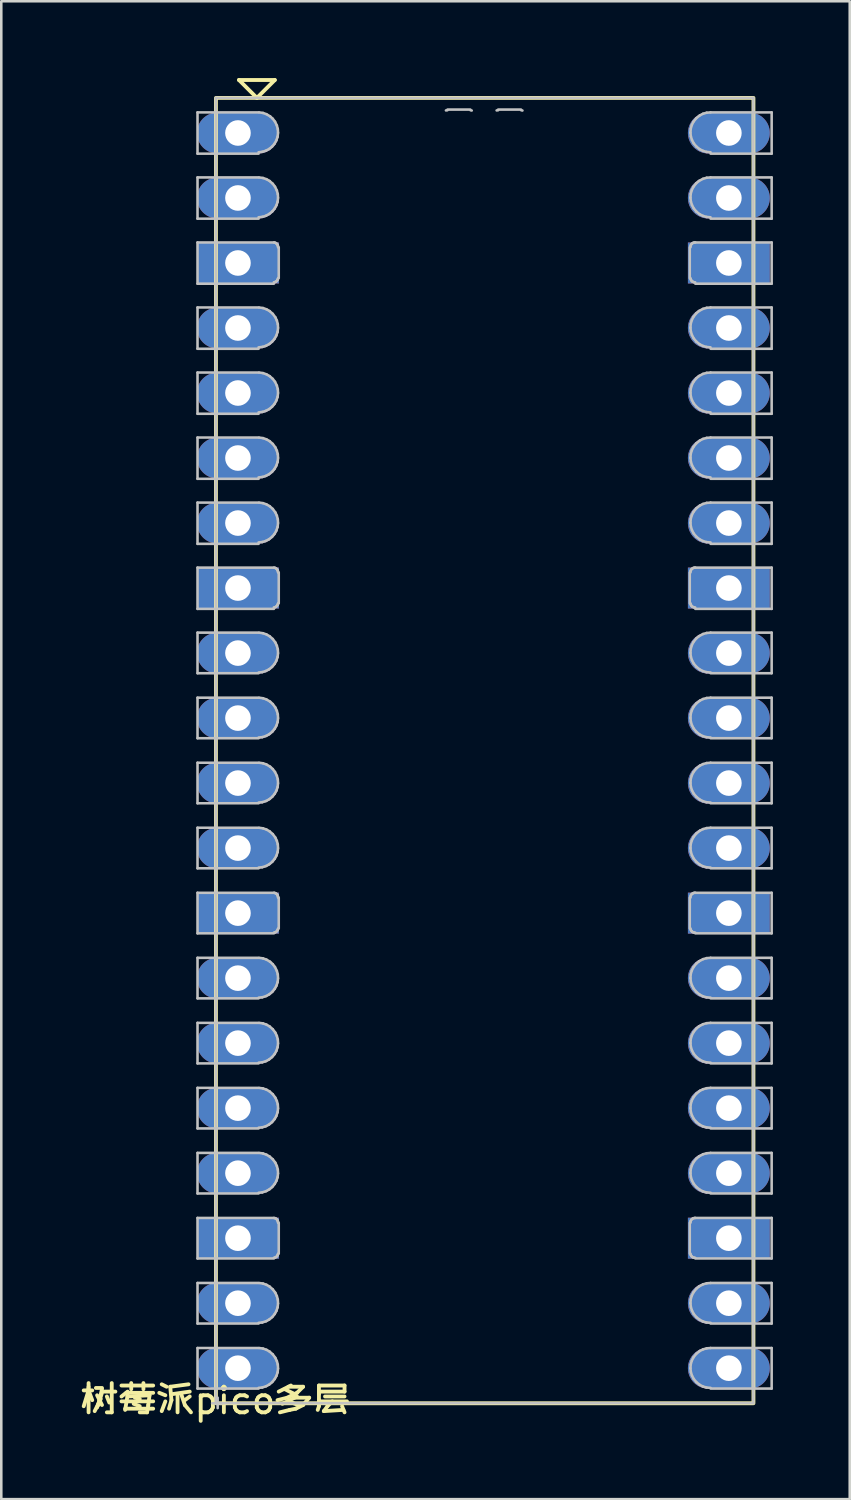
<source format=kicad_pcb>
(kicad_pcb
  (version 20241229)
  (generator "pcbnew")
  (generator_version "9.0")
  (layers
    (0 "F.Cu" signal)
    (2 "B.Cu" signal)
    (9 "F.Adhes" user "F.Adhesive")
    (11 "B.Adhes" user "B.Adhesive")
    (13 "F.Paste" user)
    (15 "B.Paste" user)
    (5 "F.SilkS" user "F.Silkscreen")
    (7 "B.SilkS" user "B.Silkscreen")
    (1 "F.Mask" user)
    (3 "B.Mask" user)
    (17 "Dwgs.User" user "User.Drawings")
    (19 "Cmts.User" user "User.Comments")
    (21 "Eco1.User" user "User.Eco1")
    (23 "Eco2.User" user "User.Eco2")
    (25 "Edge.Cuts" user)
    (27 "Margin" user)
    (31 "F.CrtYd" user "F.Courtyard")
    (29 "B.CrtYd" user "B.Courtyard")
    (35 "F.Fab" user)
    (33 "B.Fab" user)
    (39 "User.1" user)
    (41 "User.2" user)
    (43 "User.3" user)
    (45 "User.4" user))
  (footprint "树莓派pico多层"
    (layer "F.Cu")
    (at 5.387 51.675)
    (property "Reference" "树莓派pico多层" (at 0 0 0) (unlocked yes) (layer "F.SilkS") (effects (font (size 1 1) (thickness 0.15))))
    (fp_line (start 0.9 -51.6) (end 2.3 -51.6) (stroke (width 0.15) (type default)) (layer "F.SilkS"))
    (fp_line (start 1.6 -50.9) (end 0.9 -51.6) (stroke (width 0.15) (type default)) (layer "F.SilkS"))
    (fp_line (start 2.3 -51.6) (end 1.6 -50.9) (stroke (width 0.15) (type default)) (layer "F.SilkS"))
    (fp_rect (start 0 -50.9) (end 21 0.1) (stroke (width 0.15) (type default)) (fill no) (layer "F.SilkS"))
    (fp_line (start -0.72 -50.334) (end 1.667 -50.334) (stroke (width 0.1) (type default)) (layer "Dwgs.User"))
    (fp_line (start -0.72 -48.722) (end -0.72 -50.334) (stroke (width 0.1) (type default)) (layer "Dwgs.User"))
    (fp_line (start -0.72 -47.793) (end 1.667 -47.793) (stroke (width 0.1) (type default)) (layer "Dwgs.User"))
    (fp_line (start -0.72 -46.181) (end -0.72 -47.793) (stroke (width 0.1) (type default)) (layer "Dwgs.User"))
    (fp_line (start -0.72 -45.252) (end 2.264 -45.252) (stroke (width 0.1) (type default)) (layer "Dwgs.User"))
    (fp_line (start -0.72 -43.641) (end -0.72 -45.252) (stroke (width 0.1) (type default)) (layer "Dwgs.User"))
    (fp_line (start -0.72 -42.712) (end 1.667 -42.712) (stroke (width 0.1) (type default)) (layer "Dwgs.User"))
    (fp_line (start -0.72 -41.099) (end -0.72 -42.712) (stroke (width 0.1) (type default)) (layer "Dwgs.User"))
    (fp_line (start -0.72 -40.17) (end 1.667 -40.17) (stroke (width 0.1) (type default)) (layer "Dwgs.User"))
    (fp_line (start -0.72 -38.559) (end -0.72 -40.17) (stroke (width 0.1) (type default)) (layer "Dwgs.User"))
    (fp_line (start -0.72 -37.63) (end 1.667 -37.63) (stroke (width 0.1) (type default)) (layer "Dwgs.User"))
    (fp_line (start -0.72 -36.018) (end -0.72 -37.63) (stroke (width 0.1) (type default)) (layer "Dwgs.User"))
    (fp_line (start -0.72 -35.089) (end 1.667 -35.089) (stroke (width 0.1) (type default)) (layer "Dwgs.User"))
    (fp_line (start -0.72 -33.477) (end -0.72 -35.089) (stroke (width 0.1) (type default)) (layer "Dwgs.User"))
    (fp_line (start -0.72 -32.548) (end 2.264 -32.548) (stroke (width 0.1) (type default)) (layer "Dwgs.User"))
    (fp_line (start -0.72 -30.936) (end -0.72 -32.548) (stroke (width 0.1) (type default)) (layer "Dwgs.User"))
    (fp_line (start -0.72 -30.008) (end 1.667 -30.008) (stroke (width 0.1) (type default)) (layer "Dwgs.User"))
    (fp_line (start -0.72 -28.422) (end -0.72 -30.008) (stroke (width 0.1) (type default)) (layer "Dwgs.User"))
    (fp_line (start -0.72 -27.466) (end 1.667 -27.466) (stroke (width 0.1) (type default)) (layer "Dwgs.User"))
    (fp_line (start -0.72 -25.882) (end -0.72 -27.466) (stroke (width 0.1) (type default)) (layer "Dwgs.User"))
    (fp_line (start -0.72 -24.925) (end 1.667 -24.925) (stroke (width 0.1) (type default)) (layer "Dwgs.User"))
    (fp_line (start -0.72 -23.341) (end -0.72 -24.925) (stroke (width 0.1) (type default)) (layer "Dwgs.User"))
    (fp_line (start -0.72 -22.385) (end 1.667 -22.385) (stroke (width 0.1) (type default)) (layer "Dwgs.User"))
    (fp_line (start -0.72 -20.8) (end -0.72 -22.385) (stroke (width 0.1) (type default)) (layer "Dwgs.User"))
    (fp_line (start -0.72 -19.844) (end 2.264 -19.844) (stroke (width 0.1) (type default)) (layer "Dwgs.User"))
    (fp_line (start -0.72 -18.259) (end -0.72 -19.844) (stroke (width 0.1) (type default)) (layer "Dwgs.User"))
    (fp_line (start -0.72 -17.303) (end 1.667 -17.303) (stroke (width 0.1) (type default)) (layer "Dwgs.User"))
    (fp_line (start -0.72 -15.719) (end -0.72 -17.303) (stroke (width 0.1) (type default)) (layer "Dwgs.User"))
    (fp_line (start -0.72 -14.762) (end 1.667 -14.762) (stroke (width 0.1) (type default)) (layer "Dwgs.User"))
    (fp_line (start -0.72 -13.178) (end -0.72 -14.762) (stroke (width 0.1) (type default)) (layer "Dwgs.User"))
    (fp_line (start -0.72 -12.222) (end 1.667 -12.222) (stroke (width 0.1) (type default)) (layer "Dwgs.User"))
    (fp_line (start -0.72 -10.637) (end -0.72 -12.222) (stroke (width 0.1) (type default)) (layer "Dwgs.User"))
    (fp_line (start -0.72 -9.681) (end 1.667 -9.681) (stroke (width 0.1) (type default)) (layer "Dwgs.User"))
    (fp_line (start -0.72 -8.096) (end -0.72 -9.681) (stroke (width 0.1) (type default)) (layer "Dwgs.User"))
    (fp_line (start -0.72 -7.14) (end 2.264 -7.14) (stroke (width 0.1) (type default)) (layer "Dwgs.User"))
    (fp_line (start -0.72 -5.556) (end -0.72 -7.14) (stroke (width 0.1) (type default)) (layer "Dwgs.User"))
    (fp_line (start -0.72 -4.599) (end 1.667 -4.599) (stroke (width 0.1) (type default)) (layer "Dwgs.User"))
    (fp_line (start -0.72 -3.014) (end -0.72 -4.599) (stroke (width 0.1) (type default)) (layer "Dwgs.User"))
    (fp_line (start -0.72 -2.058) (end 1.667 -2.058) (stroke (width 0.1) (type default)) (layer "Dwgs.User"))
    (fp_line (start -0.72 -0.474) (end -0.72 -2.058) (stroke (width 0.1) (type default)) (layer "Dwgs.User"))
    (fp_line (start -0.15 0.1) (end 0.257 0.1) (stroke (width 0.1) (type default)) (layer "Dwgs.User"))
    (fp_line (start -0.004 -50.903) (end 20.997 -50.903) (stroke (width 0.1) (type default)) (layer "Dwgs.User"))
    (fp_line (start -0.004 0.097) (end -0.004 -50.903) (stroke (width 0.1) (type default)) (layer "Dwgs.User"))
    (fp_line (start 0.067 -0.119) (end 0.067 0.291) (stroke (width 0.1) (type default)) (layer "Dwgs.User"))
    (fp_line (start 1.665 -48.776) (end 1.812 -48.793) (stroke (width 0.1) (type default)) (layer "Dwgs.User"))
    (fp_line (start 1.665 -46.236) (end 1.812 -46.252) (stroke (width 0.1) (type default)) (layer "Dwgs.User"))
    (fp_line (start 1.665 -41.154) (end 1.812 -41.17) (stroke (width 0.1) (type default)) (layer "Dwgs.User"))
    (fp_line (start 1.665 -38.613) (end 1.812 -38.63) (stroke (width 0.1) (type default)) (layer "Dwgs.User"))
    (fp_line (start 1.665 -36.072) (end 1.812 -36.089) (stroke (width 0.1) (type default)) (layer "Dwgs.User"))
    (fp_line (start 1.665 -33.532) (end 1.812 -33.548) (stroke (width 0.1) (type default)) (layer "Dwgs.User"))
    (fp_line (start 1.667 -48.722) (end -0.72 -48.722) (stroke (width 0.1) (type default)) (layer "Dwgs.User"))
    (fp_line (start 1.667 -46.181) (end -0.72 -46.181) (stroke (width 0.1) (type default)) (layer "Dwgs.User"))
    (fp_line (start 1.667 -41.099) (end -0.72 -41.099) (stroke (width 0.1) (type default)) (layer "Dwgs.User"))
    (fp_line (start 1.667 -38.559) (end -0.72 -38.559) (stroke (width 0.1) (type default)) (layer "Dwgs.User"))
    (fp_line (start 1.667 -36.018) (end -0.72 -36.018) (stroke (width 0.1) (type default)) (layer "Dwgs.User"))
    (fp_line (start 1.667 -33.477) (end -0.72 -33.477) (stroke (width 0.1) (type default)) (layer "Dwgs.User"))
    (fp_line (start 1.667 -28.45) (end 1.813 -28.466) (stroke (width 0.1) (type default)) (layer "Dwgs.User"))
    (fp_line (start 1.667 -28.422) (end -0.72 -28.422) (stroke (width 0.1) (type default)) (layer "Dwgs.User"))
    (fp_line (start 1.667 -25.91) (end 1.813 -25.925) (stroke (width 0.1) (type default)) (layer "Dwgs.User"))
    (fp_line (start 1.667 -25.882) (end -0.72 -25.882) (stroke (width 0.1) (type default)) (layer "Dwgs.User"))
    (fp_line (start 1.667 -23.369) (end 1.813 -23.384) (stroke (width 0.1) (type default)) (layer "Dwgs.User"))
    (fp_line (start 1.667 -23.341) (end -0.72 -23.341) (stroke (width 0.1) (type default)) (layer "Dwgs.User"))
    (fp_line (start 1.667 -20.828) (end 1.813 -20.844) (stroke (width 0.1) (type default)) (layer "Dwgs.User"))
    (fp_line (start 1.667 -20.8) (end -0.72 -20.8) (stroke (width 0.1) (type default)) (layer "Dwgs.User"))
    (fp_line (start 1.667 -15.746) (end 1.813 -15.762) (stroke (width 0.1) (type default)) (layer "Dwgs.User"))
    (fp_line (start 1.667 -15.719) (end -0.72 -15.719) (stroke (width 0.1) (type default)) (layer "Dwgs.User"))
    (fp_line (start 1.667 -13.206) (end 1.813 -13.222) (stroke (width 0.1) (type default)) (layer "Dwgs.User"))
    (fp_line (start 1.667 -13.178) (end -0.72 -13.178) (stroke (width 0.1) (type default)) (layer "Dwgs.User"))
    (fp_line (start 1.667 -10.665) (end 1.813 -10.681) (stroke (width 0.1) (type default)) (layer "Dwgs.User"))
    (fp_line (start 1.667 -10.637) (end -0.72 -10.637) (stroke (width 0.1) (type default)) (layer "Dwgs.User"))
    (fp_line (start 1.667 -8.124) (end 1.813 -8.14) (stroke (width 0.1) (type default)) (layer "Dwgs.User"))
    (fp_line (start 1.667 -8.096) (end -0.72 -8.096) (stroke (width 0.1) (type default)) (layer "Dwgs.User"))
    (fp_line (start 1.667 -3.042) (end 1.813 -3.058) (stroke (width 0.1) (type default)) (layer "Dwgs.User"))
    (fp_line (start 1.667 -3.014) (end -0.72 -3.014) (stroke (width 0.1) (type default)) (layer "Dwgs.User"))
    (fp_line (start 1.667 -0.501) (end 1.813 -0.517) (stroke (width 0.1) (type default)) (layer "Dwgs.User"))
    (fp_line (start 1.667 -0.474) (end -0.72 -0.474) (stroke (width 0.1) (type default)) (layer "Dwgs.User"))
    (fp_line (start 1.812 -48.793) (end 1.948 -48.836) (stroke (width 0.1) (type default)) (layer "Dwgs.User"))
    (fp_line (start 1.812 -46.252) (end 1.948 -46.294) (stroke (width 0.1) (type default)) (layer "Dwgs.User"))
    (fp_line (start 1.812 -41.17) (end 1.948 -41.212) (stroke (width 0.1) (type default)) (layer "Dwgs.User"))
    (fp_line (start 1.812 -38.63) (end 1.948 -38.672) (stroke (width 0.1) (type default)) (layer "Dwgs.User"))
    (fp_line (start 1.812 -36.089) (end 1.948 -36.131) (stroke (width 0.1) (type default)) (layer "Dwgs.User"))
    (fp_line (start 1.812 -33.548) (end 1.948 -33.59) (stroke (width 0.1) (type default)) (layer "Dwgs.User"))
    (fp_line (start 1.813 -28.466) (end 1.95 -28.509) (stroke (width 0.1) (type default)) (layer "Dwgs.User"))
    (fp_line (start 1.813 -25.925) (end 1.96 -25.973) (stroke (width 0.1) (type default)) (layer "Dwgs.User"))
    (fp_line (start 1.813 -23.384) (end 1.96 -23.431) (stroke (width 0.1) (type default)) (layer "Dwgs.User"))
    (fp_line (start 1.813 -20.844) (end 1.96 -20.891) (stroke (width 0.1) (type default)) (layer "Dwgs.User"))
    (fp_line (start 1.813 -15.762) (end 1.96 -15.809) (stroke (width 0.1) (type default)) (layer "Dwgs.User"))
    (fp_line (start 1.813 -13.222) (end 1.95 -13.264) (stroke (width 0.1) (type default)) (layer "Dwgs.User"))
    (fp_line (start 1.813 -10.681) (end 1.95 -10.723) (stroke (width 0.1) (type default)) (layer "Dwgs.User"))
    (fp_line (start 1.813 -8.14) (end 1.96 -8.187) (stroke (width 0.1) (type default)) (layer "Dwgs.User"))
    (fp_line (start 1.813 -3.058) (end 1.96 -3.105) (stroke (width 0.1) (type default)) (layer "Dwgs.User"))
    (fp_line (start 1.813 -0.517) (end 1.96 -0.565) (stroke (width 0.1) (type default)) (layer "Dwgs.User"))
    (fp_line (start 1.839 -50.312) (end 1.692 -50.334) (stroke (width 0.1) (type default)) (layer "Dwgs.User"))
    (fp_line (start 1.839 -47.771) (end 1.692 -47.792) (stroke (width 0.1) (type default)) (layer "Dwgs.User"))
    (fp_line (start 1.839 -42.69) (end 1.692 -42.711) (stroke (width 0.1) (type default)) (layer "Dwgs.User"))
    (fp_line (start 1.839 -40.148) (end 1.692 -40.17) (stroke (width 0.1) (type default)) (layer "Dwgs.User"))
    (fp_line (start 1.839 -37.608) (end 1.692 -37.629) (stroke (width 0.1) (type default)) (layer "Dwgs.User"))
    (fp_line (start 1.839 -35.067) (end 1.692 -35.089) (stroke (width 0.1) (type default)) (layer "Dwgs.User"))
    (fp_line (start 1.839 -29.985) (end 1.692 -30.007) (stroke (width 0.1) (type default)) (layer "Dwgs.User"))
    (fp_line (start 1.839 -27.445) (end 1.692 -27.466) (stroke (width 0.1) (type default)) (layer "Dwgs.User"))
    (fp_line (start 1.839 -24.904) (end 1.692 -24.925) (stroke (width 0.1) (type default)) (layer "Dwgs.User"))
    (fp_line (start 1.839 -22.363) (end 1.692 -22.384) (stroke (width 0.1) (type default)) (layer "Dwgs.User"))
    (fp_line (start 1.839 -17.282) (end 1.692 -17.302) (stroke (width 0.1) (type default)) (layer "Dwgs.User"))
    (fp_line (start 1.839 -14.741) (end 1.692 -14.762) (stroke (width 0.1) (type default)) (layer "Dwgs.User"))
    (fp_line (start 1.839 -12.2) (end 1.692 -12.221) (stroke (width 0.1) (type default)) (layer "Dwgs.User"))
    (fp_line (start 1.839 -9.659) (end 1.692 -9.681) (stroke (width 0.1) (type default)) (layer "Dwgs.User"))
    (fp_line (start 1.839 -4.577) (end 1.692 -4.598) (stroke (width 0.1) (type default)) (layer "Dwgs.User"))
    (fp_line (start 1.839 -2.037) (end 1.692 -2.058) (stroke (width 0.1) (type default)) (layer "Dwgs.User"))
    (fp_line (start 1.948 -48.836) (end 2.083 -48.907) (stroke (width 0.1) (type default)) (layer "Dwgs.User"))
    (fp_line (start 1.948 -46.294) (end 2.083 -46.367) (stroke (width 0.1) (type default)) (layer "Dwgs.User"))
    (fp_line (start 1.948 -41.212) (end 2.083 -41.285) (stroke (width 0.1) (type default)) (layer "Dwgs.User"))
    (fp_line (start 1.948 -38.672) (end 2.083 -38.744) (stroke (width 0.1) (type default)) (layer "Dwgs.User"))
    (fp_line (start 1.948 -36.131) (end 2.073 -36.197) (stroke (width 0.1) (type default)) (layer "Dwgs.User"))
    (fp_line (start 1.948 -33.59) (end 2.073 -33.656) (stroke (width 0.1) (type default)) (layer "Dwgs.User"))
    (fp_line (start 1.95 -28.509) (end 2.075 -28.575) (stroke (width 0.1) (type default)) (layer "Dwgs.User"))
    (fp_line (start 1.95 -13.264) (end 2.075 -13.33) (stroke (width 0.1) (type default)) (layer "Dwgs.User"))
    (fp_line (start 1.95 -10.723) (end 2.075 -10.789) (stroke (width 0.1) (type default)) (layer "Dwgs.User"))
    (fp_line (start 1.96 -25.973) (end 2.084 -26.041) (stroke (width 0.1) (type default)) (layer "Dwgs.User"))
    (fp_line (start 1.96 -23.431) (end 2.094 -23.506) (stroke (width 0.1) (type default)) (layer "Dwgs.User"))
    (fp_line (start 1.96 -20.891) (end 2.084 -20.959) (stroke (width 0.1) (type default)) (layer "Dwgs.User"))
    (fp_line (start 1.96 -15.809) (end 2.084 -15.877) (stroke (width 0.1) (type default)) (layer "Dwgs.User"))
    (fp_line (start 1.96 -8.187) (end 2.094 -8.261) (stroke (width 0.1) (type default)) (layer "Dwgs.User"))
    (fp_line (start 1.96 -3.105) (end 2.084 -3.173) (stroke (width 0.1) (type default)) (layer "Dwgs.User"))
    (fp_line (start 1.96 -0.565) (end 2.084 -0.632) (stroke (width 0.1) (type default)) (layer "Dwgs.User"))
    (fp_line (start 1.974 -50.264) (end 1.839 -50.312) (stroke (width 0.1) (type default)) (layer "Dwgs.User"))
    (fp_line (start 1.974 -47.724) (end 1.839 -47.771) (stroke (width 0.1) (type default)) (layer "Dwgs.User"))
    (fp_line (start 1.974 -42.642) (end 1.839 -42.69) (stroke (width 0.1) (type default)) (layer "Dwgs.User"))
    (fp_line (start 1.974 -40.101) (end 1.839 -40.148) (stroke (width 0.1) (type default)) (layer "Dwgs.User"))
    (fp_line (start 1.974 -37.56) (end 1.839 -37.608) (stroke (width 0.1) (type default)) (layer "Dwgs.User"))
    (fp_line (start 1.974 -35.02) (end 1.839 -35.067) (stroke (width 0.1) (type default)) (layer "Dwgs.User"))
    (fp_line (start 1.974 -29.938) (end 1.839 -29.985) (stroke (width 0.1) (type default)) (layer "Dwgs.User"))
    (fp_line (start 1.974 -27.397) (end 1.839 -27.445) (stroke (width 0.1) (type default)) (layer "Dwgs.User"))
    (fp_line (start 1.974 -24.857) (end 1.839 -24.904) (stroke (width 0.1) (type default)) (layer "Dwgs.User"))
    (fp_line (start 1.974 -22.315) (end 1.839 -22.363) (stroke (width 0.1) (type default)) (layer "Dwgs.User"))
    (fp_line (start 1.974 -17.233) (end 1.839 -17.282) (stroke (width 0.1) (type default)) (layer "Dwgs.User"))
    (fp_line (start 1.974 -14.693) (end 1.839 -14.741) (stroke (width 0.1) (type default)) (layer "Dwgs.User"))
    (fp_line (start 1.974 -12.152) (end 1.839 -12.2) (stroke (width 0.1) (type default)) (layer "Dwgs.User"))
    (fp_line (start 1.974 -9.611) (end 1.839 -9.659) (stroke (width 0.1) (type default)) (layer "Dwgs.User"))
    (fp_line (start 1.974 -4.529) (end 1.839 -4.577) (stroke (width 0.1) (type default)) (layer "Dwgs.User"))
    (fp_line (start 1.974 -1.989) (end 1.839 -2.037) (stroke (width 0.1) (type default)) (layer "Dwgs.User"))
    (fp_line (start 2.073 -36.197) (end 2.192 -36.291) (stroke (width 0.1) (type default)) (layer "Dwgs.User"))
    (fp_line (start 2.073 -33.656) (end 2.192 -33.751) (stroke (width 0.1) (type default)) (layer "Dwgs.User"))
    (fp_line (start 2.075 -28.575) (end 2.192 -28.669) (stroke (width 0.1) (type default)) (layer "Dwgs.User"))
    (fp_line (start 2.075 -13.33) (end 2.192 -13.425) (stroke (width 0.1) (type default)) (layer "Dwgs.User"))
    (fp_line (start 2.075 -10.789) (end 2.192 -10.884) (stroke (width 0.1) (type default)) (layer "Dwgs.User"))
    (fp_line (start 2.083 -48.907) (end 2.192 -48.996) (stroke (width 0.1) (type default)) (layer "Dwgs.User"))
    (fp_line (start 2.083 -46.367) (end 2.2 -46.464) (stroke (width 0.1) (type default)) (layer "Dwgs.User"))
    (fp_line (start 2.083 -41.285) (end 2.192 -41.373) (stroke (width 0.1) (type default)) (layer "Dwgs.User"))
    (fp_line (start 2.083 -38.744) (end 2.192 -38.833) (stroke (width 0.1) (type default)) (layer "Dwgs.User"))
    (fp_line (start 2.084 -26.041) (end 2.2 -26.137) (stroke (width 0.1) (type default)) (layer "Dwgs.User"))
    (fp_line (start 2.084 -20.959) (end 2.2 -21.055) (stroke (width 0.1) (type default)) (layer "Dwgs.User"))
    (fp_line (start 2.084 -15.877) (end 2.2 -15.973) (stroke (width 0.1) (type default)) (layer "Dwgs.User"))
    (fp_line (start 2.084 -3.173) (end 2.2 -3.269) (stroke (width 0.1) (type default)) (layer "Dwgs.User"))
    (fp_line (start 2.084 -0.632) (end 2.2 -0.729) (stroke (width 0.1) (type default)) (layer "Dwgs.User"))
    (fp_line (start 2.094 -23.506) (end 2.2 -23.596) (stroke (width 0.1) (type default)) (layer "Dwgs.User"))
    (fp_line (start 2.094 -8.261) (end 2.2 -8.351) (stroke (width 0.1) (type default)) (layer "Dwgs.User"))
    (fp_line (start 2.098 -47.653) (end 1.974 -47.724) (stroke (width 0.1) (type default)) (layer "Dwgs.User"))
    (fp_line (start 2.098 -42.571) (end 1.974 -42.642) (stroke (width 0.1) (type default)) (layer "Dwgs.User"))
    (fp_line (start 2.098 -40.03) (end 1.974 -40.101) (stroke (width 0.1) (type default)) (layer "Dwgs.User"))
    (fp_line (start 2.098 -37.489) (end 1.974 -37.56) (stroke (width 0.1) (type default)) (layer "Dwgs.User"))
    (fp_line (start 2.098 -34.949) (end 1.974 -35.02) (stroke (width 0.1) (type default)) (layer "Dwgs.User"))
    (fp_line (start 2.098 -29.867) (end 1.974 -29.938) (stroke (width 0.1) (type default)) (layer "Dwgs.User"))
    (fp_line (start 2.098 -22.244) (end 1.974 -22.315) (stroke (width 0.1) (type default)) (layer "Dwgs.User"))
    (fp_line (start 2.098 -14.622) (end 1.974 -14.693) (stroke (width 0.1) (type default)) (layer "Dwgs.User"))
    (fp_line (start 2.098 -12.082) (end 1.974 -12.152) (stroke (width 0.1) (type default)) (layer "Dwgs.User"))
    (fp_line (start 2.098 -9.54) (end 1.974 -9.611) (stroke (width 0.1) (type default)) (layer "Dwgs.User"))
    (fp_line (start 2.098 -4.458) (end 1.974 -4.529) (stroke (width 0.1) (type default)) (layer "Dwgs.User"))
    (fp_line (start 2.098 -1.918) (end 1.974 -1.989) (stroke (width 0.1) (type default)) (layer "Dwgs.User"))
    (fp_line (start 2.117 -50.179) (end 1.974 -50.264) (stroke (width 0.1) (type default)) (layer "Dwgs.User"))
    (fp_line (start 2.117 -27.312) (end 1.974 -27.397) (stroke (width 0.1) (type default)) (layer "Dwgs.User"))
    (fp_line (start 2.117 -24.771) (end 1.974 -24.857) (stroke (width 0.1) (type default)) (layer "Dwgs.User"))
    (fp_line (start 2.117 -17.149) (end 1.974 -17.233) (stroke (width 0.1) (type default)) (layer "Dwgs.User"))
    (fp_line (start 2.192 -48.996) (end 2.283 -49.102) (stroke (width 0.1) (type default)) (layer "Dwgs.User"))
    (fp_line (start 2.192 -41.373) (end 2.283 -41.48) (stroke (width 0.1) (type default)) (layer "Dwgs.User"))
    (fp_line (start 2.192 -38.833) (end 2.283 -38.939) (stroke (width 0.1) (type default)) (layer "Dwgs.User"))
    (fp_line (start 2.192 -36.291) (end 2.283 -36.398) (stroke (width 0.1) (type default)) (layer "Dwgs.User"))
    (fp_line (start 2.192 -33.751) (end 2.283 -33.858) (stroke (width 0.1) (type default)) (layer "Dwgs.User"))
    (fp_line (start 2.192 -28.669) (end 2.29 -28.785) (stroke (width 0.1) (type default)) (layer "Dwgs.User"))
    (fp_line (start 2.192 -13.425) (end 2.29 -13.54) (stroke (width 0.1) (type default)) (layer "Dwgs.User"))
    (fp_line (start 2.192 -10.884) (end 2.29 -11) (stroke (width 0.1) (type default)) (layer "Dwgs.User"))
    (fp_line (start 2.2 -46.464) (end 2.289 -46.571) (stroke (width 0.1) (type default)) (layer "Dwgs.User"))
    (fp_line (start 2.2 -26.137) (end 2.296 -26.255) (stroke (width 0.1) (type default)) (layer "Dwgs.User"))
    (fp_line (start 2.2 -23.596) (end 2.296 -23.713) (stroke (width 0.1) (type default)) (layer "Dwgs.User"))
    (fp_line (start 2.2 -21.055) (end 2.296 -21.172) (stroke (width 0.1) (type default)) (layer "Dwgs.User"))
    (fp_line (start 2.2 -15.973) (end 2.296 -16.091) (stroke (width 0.1) (type default)) (layer "Dwgs.User"))
    (fp_line (start 2.2 -8.351) (end 2.296 -8.469) (stroke (width 0.1) (type default)) (layer "Dwgs.User"))
    (fp_line (start 2.2 -3.269) (end 2.296 -3.387) (stroke (width 0.1) (type default)) (layer "Dwgs.User"))
    (fp_line (start 2.2 -0.729) (end 2.296 -0.846) (stroke (width 0.1) (type default)) (layer "Dwgs.User"))
    (fp_line (start 2.221 -50.084) (end 2.117 -50.179) (stroke (width 0.1) (type default)) (layer "Dwgs.User"))
    (fp_line (start 2.221 -47.544) (end 2.098 -47.653) (stroke (width 0.1) (type default)) (layer "Dwgs.User"))
    (fp_line (start 2.221 -42.462) (end 2.098 -42.571) (stroke (width 0.1) (type default)) (layer "Dwgs.User"))
    (fp_line (start 2.221 -39.921) (end 2.098 -40.03) (stroke (width 0.1) (type default)) (layer "Dwgs.User"))
    (fp_line (start 2.221 -37.38) (end 2.098 -37.489) (stroke (width 0.1) (type default)) (layer "Dwgs.User"))
    (fp_line (start 2.221 -34.84) (end 2.098 -34.949) (stroke (width 0.1) (type default)) (layer "Dwgs.User"))
    (fp_line (start 2.221 -29.758) (end 2.098 -29.867) (stroke (width 0.1) (type default)) (layer "Dwgs.User"))
    (fp_line (start 2.221 -27.217) (end 2.117 -27.312) (stroke (width 0.1) (type default)) (layer "Dwgs.User"))
    (fp_line (start 2.221 -24.677) (end 2.117 -24.771) (stroke (width 0.1) (type default)) (layer "Dwgs.User"))
    (fp_line (start 2.221 -22.136) (end 2.098 -22.244) (stroke (width 0.1) (type default)) (layer "Dwgs.User"))
    (fp_line (start 2.221 -17.054) (end 2.117 -17.149) (stroke (width 0.1) (type default)) (layer "Dwgs.User"))
    (fp_line (start 2.221 -14.513) (end 2.098 -14.622) (stroke (width 0.1) (type default)) (layer "Dwgs.User"))
    (fp_line (start 2.221 -11.973) (end 2.098 -12.082) (stroke (width 0.1) (type default)) (layer "Dwgs.User"))
    (fp_line (start 2.221 -9.431) (end 2.098 -9.54) (stroke (width 0.1) (type default)) (layer "Dwgs.User"))
    (fp_line (start 2.221 -4.349) (end 2.098 -4.458) (stroke (width 0.1) (type default)) (layer "Dwgs.User"))
    (fp_line (start 2.221 -1.809) (end 2.098 -1.918) (stroke (width 0.1) (type default)) (layer "Dwgs.User"))
    (fp_line (start 2.26 -43.695) (end 2.292 -43.7) (stroke (width 0.1) (type default)) (layer "Dwgs.User"))
    (fp_line (start 2.26 -30.991) (end 2.289 -30.995) (stroke (width 0.1) (type default)) (layer "Dwgs.User"))
    (fp_line (start 2.262 -18.287) (end 2.293 -18.292) (stroke (width 0.1) (type default)) (layer "Dwgs.User"))
    (fp_line (start 2.262 -5.582) (end 2.296 -5.588) (stroke (width 0.1) (type default)) (layer "Dwgs.User"))
    (fp_line (start 2.264 -43.641) (end -0.72 -43.641) (stroke (width 0.1) (type default)) (layer "Dwgs.User"))
    (fp_line (start 2.264 -30.936) (end -0.72 -30.936) (stroke (width 0.1) (type default)) (layer "Dwgs.User"))
    (fp_line (start 2.264 -18.259) (end -0.72 -18.259) (stroke (width 0.1) (type default)) (layer "Dwgs.User"))
    (fp_line (start 2.264 -5.556) (end -0.72 -5.556) (stroke (width 0.1) (type default)) (layer "Dwgs.User"))
    (fp_line (start 2.283 -49.102) (end 2.358 -49.235) (stroke (width 0.1) (type default)) (layer "Dwgs.User"))
    (fp_line (start 2.283 -41.48) (end 2.358 -41.612) (stroke (width 0.1) (type default)) (layer "Dwgs.User"))
    (fp_line (start 2.283 -38.939) (end 2.358 -39.072) (stroke (width 0.1) (type default)) (layer "Dwgs.User"))
    (fp_line (start 2.283 -36.398) (end 2.358 -36.531) (stroke (width 0.1) (type default)) (layer "Dwgs.User"))
    (fp_line (start 2.283 -33.858) (end 2.358 -33.99) (stroke (width 0.1) (type default)) (layer "Dwgs.User"))
    (fp_line (start 2.289 -30.995) (end 2.322 -31.006) (stroke (width 0.1) (type default)) (layer "Dwgs.User"))
    (fp_line (start 2.289 -46.571) (end 2.364 -46.705) (stroke (width 0.1) (type default)) (layer "Dwgs.User"))
    (fp_line (start 2.29 -28.785) (end 2.359 -28.909) (stroke (width 0.1) (type default)) (layer "Dwgs.User"))
    (fp_line (start 2.29 -13.54) (end 2.359 -13.664) (stroke (width 0.1) (type default)) (layer "Dwgs.User"))
    (fp_line (start 2.29 -11) (end 2.359 -11.123) (stroke (width 0.1) (type default)) (layer "Dwgs.User"))
    (fp_line (start 2.292 -43.7) (end 2.322 -43.711) (stroke (width 0.1) (type default)) (layer "Dwgs.User"))
    (fp_line (start 2.293 -18.292) (end 2.321 -18.302) (stroke (width 0.1) (type default)) (layer "Dwgs.User"))
    (fp_line (start 2.296 -5.588) (end 2.321 -5.598) (stroke (width 0.1) (type default)) (layer "Dwgs.User"))
    (fp_line (start 2.296 -26.255) (end 2.364 -26.378) (stroke (width 0.1) (type default)) (layer "Dwgs.User"))
    (fp_line (start 2.296 -23.713) (end 2.364 -23.837) (stroke (width 0.1) (type default)) (layer "Dwgs.User"))
    (fp_line (start 2.296 -21.172) (end 2.364 -21.297) (stroke (width 0.1) (type default)) (layer "Dwgs.User"))
    (fp_line (start 2.296 -16.091) (end 2.364 -16.215) (stroke (width 0.1) (type default)) (layer "Dwgs.User"))
    (fp_line (start 2.296 -8.469) (end 2.364 -8.593) (stroke (width 0.1) (type default)) (layer "Dwgs.User"))
    (fp_line (start 2.296 -3.387) (end 2.364 -3.511) (stroke (width 0.1) (type default)) (layer "Dwgs.User"))
    (fp_line (start 2.296 -0.846) (end 2.364 -0.971) (stroke (width 0.1) (type default)) (layer "Dwgs.User"))
    (fp_line (start 2.301 -45.245) (end 2.269 -45.252) (stroke (width 0.1) (type default)) (layer "Dwgs.User"))
    (fp_line (start 2.301 -19.837) (end 2.269 -19.844) (stroke (width 0.1) (type default)) (layer "Dwgs.User"))
    (fp_line (start 2.306 -32.54) (end 2.269 -32.548) (stroke (width 0.1) (type default)) (layer "Dwgs.User"))
    (fp_line (start 2.306 -7.132) (end 2.269 -7.14) (stroke (width 0.1) (type default)) (layer "Dwgs.User"))
    (fp_line (start 2.307 -49.972) (end 2.221 -50.084) (stroke (width 0.1) (type default)) (layer "Dwgs.User"))
    (fp_line (start 2.307 -47.431) (end 2.221 -47.544) (stroke (width 0.1) (type default)) (layer "Dwgs.User"))
    (fp_line (start 2.307 -39.809) (end 2.221 -39.921) (stroke (width 0.1) (type default)) (layer "Dwgs.User"))
    (fp_line (start 2.307 -24.564) (end 2.221 -24.677) (stroke (width 0.1) (type default)) (layer "Dwgs.User"))
    (fp_line (start 2.307 -16.942) (end 2.221 -17.054) (stroke (width 0.1) (type default)) (layer "Dwgs.User"))
    (fp_line (start 2.32 -42.33) (end 2.221 -42.462) (stroke (width 0.1) (type default)) (layer "Dwgs.User"))
    (fp_line (start 2.32 -37.248) (end 2.221 -37.38) (stroke (width 0.1) (type default)) (layer "Dwgs.User"))
    (fp_line (start 2.32 -34.706) (end 2.221 -34.84) (stroke (width 0.1) (type default)) (layer "Dwgs.User"))
    (fp_line (start 2.32 -29.625) (end 2.221 -29.758) (stroke (width 0.1) (type default)) (layer "Dwgs.User"))
    (fp_line (start 2.32 -27.084) (end 2.221 -27.217) (stroke (width 0.1) (type default)) (layer "Dwgs.User"))
    (fp_line (start 2.32 -22.003) (end 2.221 -22.136) (stroke (width 0.1) (type default)) (layer "Dwgs.User"))
    (fp_line (start 2.32 -14.38) (end 2.221 -14.513) (stroke (width 0.1) (type default)) (layer "Dwgs.User"))
    (fp_line (start 2.32 -11.839) (end 2.221 -11.973) (stroke (width 0.1) (type default)) (layer "Dwgs.User"))
    (fp_line (start 2.32 -9.299) (end 2.221 -9.431) (stroke (width 0.1) (type default)) (layer "Dwgs.User"))
    (fp_line (start 2.32 -4.217) (end 2.221 -4.349) (stroke (width 0.1) (type default)) (layer "Dwgs.User"))
    (fp_line (start 2.32 -1.676) (end 2.221 -1.809) (stroke (width 0.1) (type default)) (layer "Dwgs.User"))
    (fp_line (start 2.321 -18.302) (end 2.348 -18.317) (stroke (width 0.1) (type default)) (layer "Dwgs.User"))
    (fp_line (start 2.321 -5.598) (end 2.348 -5.612) (stroke (width 0.1) (type default)) (layer "Dwgs.User"))
    (fp_line (start 2.322 -43.711) (end 2.351 -43.727) (stroke (width 0.1) (type default)) (layer "Dwgs.User"))
    (fp_line (start 2.322 -31.006) (end 2.351 -31.023) (stroke (width 0.1) (type default)) (layer "Dwgs.User"))
    (fp_line (start 2.33 -19.826) (end 2.301 -19.837) (stroke (width 0.1) (type default)) (layer "Dwgs.User"))
    (fp_line (start 2.335 -45.231) (end 2.301 -45.245) (stroke (width 0.1) (type default)) (layer "Dwgs.User"))
    (fp_line (start 2.335 -32.527) (end 2.306 -32.54) (stroke (width 0.1) (type default)) (layer "Dwgs.User"))
    (fp_line (start 2.335 -7.119) (end 2.306 -7.132) (stroke (width 0.1) (type default)) (layer "Dwgs.User"))
    (fp_line (start 2.348 -18.317) (end 2.373 -18.337) (stroke (width 0.1) (type default)) (layer "Dwgs.User"))
    (fp_line (start 2.348 -5.612) (end 2.373 -5.633) (stroke (width 0.1) (type default)) (layer "Dwgs.User"))
    (fp_line (start 2.351 -43.727) (end 2.374 -43.746) (stroke (width 0.1) (type default)) (layer "Dwgs.User"))
    (fp_line (start 2.351 -31.023) (end 2.374 -31.043) (stroke (width 0.1) (type default)) (layer "Dwgs.User"))
    (fp_line (start 2.358 -49.235) (end 2.408 -49.383) (stroke (width 0.1) (type default)) (layer "Dwgs.User"))
    (fp_line (start 2.358 -41.612) (end 2.408 -41.76) (stroke (width 0.1) (type default)) (layer "Dwgs.User"))
    (fp_line (start 2.358 -39.072) (end 2.408 -39.219) (stroke (width 0.1) (type default)) (layer "Dwgs.User"))
    (fp_line (start 2.358 -36.531) (end 2.408 -36.678) (stroke (width 0.1) (type default)) (layer "Dwgs.User"))
    (fp_line (start 2.358 -33.99) (end 2.408 -34.138) (stroke (width 0.1) (type default)) (layer "Dwgs.User"))
    (fp_line (start 2.359 -28.909) (end 2.408 -29.056) (stroke (width 0.1) (type default)) (layer "Dwgs.User"))
    (fp_line (start 2.359 -13.664) (end 2.408 -13.811) (stroke (width 0.1) (type default)) (layer "Dwgs.User"))
    (fp_line (start 2.359 -11.123) (end 2.408 -11.271) (stroke (width 0.1) (type default)) (layer "Dwgs.User"))
    (fp_line (start 2.361 -45.214) (end 2.335 -45.231) (stroke (width 0.1) (type default)) (layer "Dwgs.User"))
    (fp_line (start 2.361 -32.51) (end 2.335 -32.527) (stroke (width 0.1) (type default)) (layer "Dwgs.User"))
    (fp_line (start 2.361 -19.805) (end 2.33 -19.826) (stroke (width 0.1) (type default)) (layer "Dwgs.User"))
    (fp_line (start 2.361 -7.101) (end 2.335 -7.119) (stroke (width 0.1) (type default)) (layer "Dwgs.User"))
    (fp_line (start 2.364 -46.705) (end 2.408 -46.842) (stroke (width 0.1) (type default)) (layer "Dwgs.User"))
    (fp_line (start 2.364 -26.378) (end 2.408 -26.515) (stroke (width 0.1) (type default)) (layer "Dwgs.User"))
    (fp_line (start 2.364 -23.837) (end 2.408 -23.974) (stroke (width 0.1) (type default)) (layer "Dwgs.User"))
    (fp_line (start 2.364 -21.297) (end 2.408 -21.433) (stroke (width 0.1) (type default)) (layer "Dwgs.User"))
    (fp_line (start 2.364 -16.215) (end 2.408 -16.352) (stroke (width 0.1) (type default)) (layer "Dwgs.User"))
    (fp_line (start 2.364 -8.593) (end 2.408 -8.729) (stroke (width 0.1) (type default)) (layer "Dwgs.User"))
    (fp_line (start 2.364 -3.511) (end 2.408 -3.647) (stroke (width 0.1) (type default)) (layer "Dwgs.User"))
    (fp_line (start 2.364 -0.971) (end 2.408 -1.107) (stroke (width 0.1) (type default)) (layer "Dwgs.User"))
    (fp_line (start 2.373 -18.337) (end 2.396 -18.364) (stroke (width 0.1) (type default)) (layer "Dwgs.User"))
    (fp_line (start 2.373 -5.633) (end 2.396 -5.66) (stroke (width 0.1) (type default)) (layer "Dwgs.User"))
    (fp_line (start 2.374 -43.746) (end 2.395 -43.772) (stroke (width 0.1) (type default)) (layer "Dwgs.User"))
    (fp_line (start 2.374 -31.043) (end 2.395 -31.067) (stroke (width 0.1) (type default)) (layer "Dwgs.User"))
    (fp_line (start 2.38 -49.822) (end 2.307 -49.972) (stroke (width 0.1) (type default)) (layer "Dwgs.User"))
    (fp_line (start 2.38 -47.281) (end 2.307 -47.431) (stroke (width 0.1) (type default)) (layer "Dwgs.User"))
    (fp_line (start 2.38 -42.2) (end 2.32 -42.33) (stroke (width 0.1) (type default)) (layer "Dwgs.User"))
    (fp_line (start 2.38 -39.658) (end 2.307 -39.809) (stroke (width 0.1) (type default)) (layer "Dwgs.User"))
    (fp_line (start 2.38 -37.117) (end 2.32 -37.248) (stroke (width 0.1) (type default)) (layer "Dwgs.User"))
    (fp_line (start 2.38 -34.577) (end 2.32 -34.706) (stroke (width 0.1) (type default)) (layer "Dwgs.User"))
    (fp_line (start 2.38 -29.495) (end 2.32 -29.625) (stroke (width 0.1) (type default)) (layer "Dwgs.User"))
    (fp_line (start 2.38 -26.954) (end 2.32 -27.084) (stroke (width 0.1) (type default)) (layer "Dwgs.User"))
    (fp_line (start 2.38 -24.414) (end 2.307 -24.564) (stroke (width 0.1) (type default)) (layer "Dwgs.User"))
    (fp_line (start 2.38 -21.873) (end 2.32 -22.003) (stroke (width 0.1) (type default)) (layer "Dwgs.User"))
    (fp_line (start 2.38 -16.791) (end 2.307 -16.942) (stroke (width 0.1) (type default)) (layer "Dwgs.User"))
    (fp_line (start 2.38 -14.251) (end 2.32 -14.38) (stroke (width 0.1) (type default)) (layer "Dwgs.User"))
    (fp_line (start 2.38 -11.71) (end 2.32 -11.839) (stroke (width 0.1) (type default)) (layer "Dwgs.User"))
    (fp_line (start 2.38 -9.169) (end 2.32 -9.299) (stroke (width 0.1) (type default)) (layer "Dwgs.User"))
    (fp_line (start 2.38 -4.087) (end 2.32 -4.217) (stroke (width 0.1) (type default)) (layer "Dwgs.User"))
    (fp_line (start 2.38 -1.546) (end 2.32 -1.676) (stroke (width 0.1) (type default)) (layer "Dwgs.User"))
    (fp_line (start 2.386 -45.188) (end 2.361 -45.214) (stroke (width 0.1) (type default)) (layer "Dwgs.User"))
    (fp_line (start 2.386 -32.483) (end 2.361 -32.51) (stroke (width 0.1) (type default)) (layer "Dwgs.User"))
    (fp_line (start 2.386 -19.779) (end 2.361 -19.805) (stroke (width 0.1) (type default)) (layer "Dwgs.User"))
    (fp_line (start 2.386 -7.075) (end 2.361 -7.101) (stroke (width 0.1) (type default)) (layer "Dwgs.User"))
    (fp_line (start 2.395 -43.772) (end 2.411 -43.8) (stroke (width 0.1) (type default)) (layer "Dwgs.User"))
    (fp_line (start 2.395 -31.067) (end 2.411 -31.096) (stroke (width 0.1) (type default)) (layer "Dwgs.User"))
    (fp_line (start 2.396 -18.364) (end 2.412 -18.392) (stroke (width 0.1) (type default)) (layer "Dwgs.User"))
    (fp_line (start 2.396 -5.66) (end 2.412 -5.688) (stroke (width 0.1) (type default)) (layer "Dwgs.User"))
    (fp_line (start 2.404 -45.162) (end 2.386 -45.188) (stroke (width 0.1) (type default)) (layer "Dwgs.User"))
    (fp_line (start 2.404 -32.458) (end 2.386 -32.483) (stroke (width 0.1) (type default)) (layer "Dwgs.User"))
    (fp_line (start 2.404 -19.753) (end 2.386 -19.779) (stroke (width 0.1) (type default)) (layer "Dwgs.User"))
    (fp_line (start 2.404 -7.05) (end 2.386 -7.075) (stroke (width 0.1) (type default)) (layer "Dwgs.User"))
    (fp_line (start 2.408 -49.383) (end 2.426 -49.529) (stroke (width 0.1) (type default)) (layer "Dwgs.User"))
    (fp_line (start 2.408 -46.842) (end 2.426 -46.989) (stroke (width 0.1) (type default)) (layer "Dwgs.User"))
    (fp_line (start 2.408 -41.76) (end 2.426 -41.907) (stroke (width 0.1) (type default)) (layer "Dwgs.User"))
    (fp_line (start 2.408 -39.219) (end 2.426 -39.365) (stroke (width 0.1) (type default)) (layer "Dwgs.User"))
    (fp_line (start 2.408 -36.678) (end 2.426 -36.825) (stroke (width 0.1) (type default)) (layer "Dwgs.User"))
    (fp_line (start 2.408 -34.138) (end 2.426 -34.284) (stroke (width 0.1) (type default)) (layer "Dwgs.User"))
    (fp_line (start 2.408 -29.056) (end 2.426 -29.203) (stroke (width 0.1) (type default)) (layer "Dwgs.User"))
    (fp_line (start 2.408 -26.515) (end 2.426 -26.662) (stroke (width 0.1) (type default)) (layer "Dwgs.User"))
    (fp_line (start 2.408 -23.974) (end 2.426 -24.12) (stroke (width 0.1) (type default)) (layer "Dwgs.User"))
    (fp_line (start 2.408 -21.433) (end 2.426 -21.58) (stroke (width 0.1) (type default)) (layer "Dwgs.User"))
    (fp_line (start 2.408 -16.352) (end 2.426 -16.498) (stroke (width 0.1) (type default)) (layer "Dwgs.User"))
    (fp_line (start 2.408 -13.811) (end 2.426 -13.957) (stroke (width 0.1) (type default)) (layer "Dwgs.User"))
    (fp_line (start 2.408 -11.271) (end 2.426 -11.417) (stroke (width 0.1) (type default)) (layer "Dwgs.User"))
    (fp_line (start 2.408 -8.729) (end 2.426 -8.876) (stroke (width 0.1) (type default)) (layer "Dwgs.User"))
    (fp_line (start 2.408 -3.647) (end 2.426 -3.794) (stroke (width 0.1) (type default)) (layer "Dwgs.User"))
    (fp_line (start 2.408 -1.107) (end 2.426 -1.254) (stroke (width 0.1) (type default)) (layer "Dwgs.User"))
    (fp_line (start 2.411 -43.8) (end 2.421 -43.827) (stroke (width 0.1) (type default)) (layer "Dwgs.User"))
    (fp_line (start 2.411 -31.096) (end 2.421 -31.123) (stroke (width 0.1) (type default)) (layer "Dwgs.User"))
    (fp_line (start 2.412 -18.392) (end 2.42 -18.416) (stroke (width 0.1) (type default)) (layer "Dwgs.User"))
    (fp_line (start 2.412 -5.688) (end 2.42 -5.712) (stroke (width 0.1) (type default)) (layer "Dwgs.User"))
    (fp_line (start 2.417 -49.681) (end 2.38 -49.822) (stroke (width 0.1) (type default)) (layer "Dwgs.User"))
    (fp_line (start 2.417 -47.139) (end 2.38 -47.281) (stroke (width 0.1) (type default)) (layer "Dwgs.User"))
    (fp_line (start 2.417 -45.133) (end 2.404 -45.162) (stroke (width 0.1) (type default)) (layer "Dwgs.User"))
    (fp_line (start 2.417 -42.058) (end 2.38 -42.2) (stroke (width 0.1) (type default)) (layer "Dwgs.User"))
    (fp_line (start 2.417 -39.517) (end 2.38 -39.658) (stroke (width 0.1) (type default)) (layer "Dwgs.User"))
    (fp_line (start 2.417 -36.976) (end 2.38 -37.117) (stroke (width 0.1) (type default)) (layer "Dwgs.User"))
    (fp_line (start 2.417 -34.435) (end 2.38 -34.577) (stroke (width 0.1) (type default)) (layer "Dwgs.User"))
    (fp_line (start 2.417 -32.429) (end 2.404 -32.458) (stroke (width 0.1) (type default)) (layer "Dwgs.User"))
    (fp_line (start 2.417 -29.354) (end 2.38 -29.495) (stroke (width 0.1) (type default)) (layer "Dwgs.User"))
    (fp_line (start 2.417 -26.813) (end 2.38 -26.954) (stroke (width 0.1) (type default)) (layer "Dwgs.User"))
    (fp_line (start 2.417 -24.273) (end 2.38 -24.414) (stroke (width 0.1) (type default)) (layer "Dwgs.User"))
    (fp_line (start 2.417 -21.731) (end 2.38 -21.873) (stroke (width 0.1) (type default)) (layer "Dwgs.User"))
    (fp_line (start 2.417 -19.724) (end 2.404 -19.753) (stroke (width 0.1) (type default)) (layer "Dwgs.User"))
    (fp_line (start 2.417 -16.649) (end 2.38 -16.791) (stroke (width 0.1) (type default)) (layer "Dwgs.User"))
    (fp_line (start 2.417 -14.109) (end 2.38 -14.251) (stroke (width 0.1) (type default)) (layer "Dwgs.User"))
    (fp_line (start 2.417 -11.568) (end 2.38 -11.71) (stroke (width 0.1) (type default)) (layer "Dwgs.User"))
    (fp_line (start 2.417 -9.027) (end 2.38 -9.169) (stroke (width 0.1) (type default)) (layer "Dwgs.User"))
    (fp_line (start 2.417 -7.021) (end 2.404 -7.05) (stroke (width 0.1) (type default)) (layer "Dwgs.User"))
    (fp_line (start 2.417 -3.946) (end 2.38 -4.087) (stroke (width 0.1) (type default)) (layer "Dwgs.User"))
    (fp_line (start 2.417 -1.405) (end 2.38 -1.546) (stroke (width 0.1) (type default)) (layer "Dwgs.User"))
    (fp_line (start 2.42 -18.416) (end 2.426 -18.45) (stroke (width 0.1) (type default)) (layer "Dwgs.User"))
    (fp_line (start 2.42 -5.712) (end 2.426 -5.745) (stroke (width 0.1) (type default)) (layer "Dwgs.User"))
    (fp_line (start 2.421 -43.827) (end 2.426 -43.858) (stroke (width 0.1) (type default)) (layer "Dwgs.User"))
    (fp_line (start 2.421 -31.123) (end 2.426 -31.154) (stroke (width 0.1) (type default)) (layer "Dwgs.User"))
    (fp_line (start 2.425 -45.102) (end 2.417 -45.133) (stroke (width 0.1) (type default)) (layer "Dwgs.User"))
    (fp_line (start 2.425 -32.392) (end 2.417 -32.429) (stroke (width 0.1) (type default)) (layer "Dwgs.User"))
    (fp_line (start 2.425 -19.689) (end 2.417 -19.724) (stroke (width 0.1) (type default)) (layer "Dwgs.User"))
    (fp_line (start 2.425 -6.984) (end 2.417 -7.021) (stroke (width 0.1) (type default)) (layer "Dwgs.User"))
    (fp_line (start 2.426 -49.541) (end 2.417 -49.681) (stroke (width 0.1) (type default)) (layer "Dwgs.User"))
    (fp_line (start 2.426 -47.001) (end 2.417 -47.139) (stroke (width 0.1) (type default)) (layer "Dwgs.User"))
    (fp_line (start 2.426 -45.062) (end 2.425 -45.102) (stroke (width 0.1) (type default)) (layer "Dwgs.User"))
    (fp_line (start 2.426 -41.919) (end 2.417 -42.058) (stroke (width 0.1) (type default)) (layer "Dwgs.User"))
    (fp_line (start 2.426 -39.378) (end 2.417 -39.517) (stroke (width 0.1) (type default)) (layer "Dwgs.User"))
    (fp_line (start 2.426 -36.837) (end 2.417 -36.976) (stroke (width 0.1) (type default)) (layer "Dwgs.User"))
    (fp_line (start 2.426 -34.297) (end 2.417 -34.435) (stroke (width 0.1) (type default)) (layer "Dwgs.User"))
    (fp_line (start 2.426 -32.358) (end 2.425 -32.392) (stroke (width 0.1) (type default)) (layer "Dwgs.User"))
    (fp_line (start 2.426 -29.215) (end 2.417 -29.354) (stroke (width 0.1) (type default)) (layer "Dwgs.User"))
    (fp_line (start 2.426 -26.674) (end 2.417 -26.813) (stroke (width 0.1) (type default)) (layer "Dwgs.User"))
    (fp_line (start 2.426 -24.134) (end 2.417 -24.273) (stroke (width 0.1) (type default)) (layer "Dwgs.User"))
    (fp_line (start 2.426 -21.593) (end 2.417 -21.731) (stroke (width 0.1) (type default)) (layer "Dwgs.User"))
    (fp_line (start 2.426 -19.654) (end 2.425 -19.689) (stroke (width 0.1) (type default)) (layer "Dwgs.User"))
    (fp_line (start 2.426 -16.511) (end 2.417 -16.649) (stroke (width 0.1) (type default)) (layer "Dwgs.User"))
    (fp_line (start 2.426 -13.97) (end 2.417 -14.109) (stroke (width 0.1) (type default)) (layer "Dwgs.User"))
    (fp_line (start 2.426 -11.43) (end 2.417 -11.568) (stroke (width 0.1) (type default)) (layer "Dwgs.User"))
    (fp_line (start 2.426 -8.889) (end 2.417 -9.027) (stroke (width 0.1) (type default)) (layer "Dwgs.User"))
    (fp_line (start 2.426 -6.95) (end 2.425 -6.984) (stroke (width 0.1) (type default)) (layer "Dwgs.User"))
    (fp_line (start 2.426 -3.807) (end 2.417 -3.946) (stroke (width 0.1) (type default)) (layer "Dwgs.User"))
    (fp_line (start 2.426 -1.266) (end 2.417 -1.405) (stroke (width 0.1) (type default)) (layer "Dwgs.User"))
    (fp_line (start 2.454 -45.061) (end 2.454 -43.859) (stroke (width 0.1) (type default)) (layer "Dwgs.User"))
    (fp_line (start 2.454 -32.357) (end 2.454 -31.155) (stroke (width 0.1) (type default)) (layer "Dwgs.User"))
    (fp_line (start 2.454 -19.652) (end 2.454 -18.451) (stroke (width 0.1) (type default)) (layer "Dwgs.User"))
    (fp_line (start 2.454 -6.949) (end 2.454 -5.747) (stroke (width 0.1) (type default)) (layer "Dwgs.User"))
    (fp_line (start 9.043 -50.416) (end 8.985 -50.411) (stroke (width 0.1) (type default)) (layer "Dwgs.User"))
    (fp_line (start 9.045 -50.444) (end 9.94 -50.444) (stroke (width 0.1) (type default)) (layer "Dwgs.User"))
    (fp_line (start 9.994 -50.407) (end 9.947 -50.416) (stroke (width 0.1) (type default)) (layer "Dwgs.User"))
    (fp_line (start 11.024 -50.416) (end 10.966 -50.411) (stroke (width 0.1) (type default)) (layer "Dwgs.User"))
    (fp_line (start 11.025 -50.444) (end 11.92 -50.444) (stroke (width 0.1) (type default)) (layer "Dwgs.User"))
    (fp_line (start 11.975 -50.407) (end 11.927 -50.416) (stroke (width 0.1) (type default)) (layer "Dwgs.User"))
    (fp_line (start 18.512 -43.859) (end 18.512 -45.061) (stroke (width 0.1) (type default)) (layer "Dwgs.User"))
    (fp_line (start 18.512 -31.155) (end 18.512 -32.357) (stroke (width 0.1) (type default)) (layer "Dwgs.User"))
    (fp_line (start 18.512 -18.451) (end 18.512 -19.652) (stroke (width 0.1) (type default)) (layer "Dwgs.User"))
    (fp_line (start 18.512 -5.747) (end 18.512 -6.949) (stroke (width 0.1) (type default)) (layer "Dwgs.User"))
    (fp_line (start 18.538 -49.541) (end 18.555 -49.393) (stroke (width 0.1) (type default)) (layer "Dwgs.User"))
    (fp_line (start 18.538 -47.001) (end 18.555 -46.852) (stroke (width 0.1) (type default)) (layer "Dwgs.User"))
    (fp_line (start 18.538 -43.861) (end 18.546 -43.822) (stroke (width 0.1) (type default)) (layer "Dwgs.User"))
    (fp_line (start 18.538 -41.919) (end 18.555 -41.771) (stroke (width 0.1) (type default)) (layer "Dwgs.User"))
    (fp_line (start 18.538 -39.378) (end 18.555 -39.229) (stroke (width 0.1) (type default)) (layer "Dwgs.User"))
    (fp_line (start 18.538 -36.837) (end 18.555 -36.689) (stroke (width 0.1) (type default)) (layer "Dwgs.User"))
    (fp_line (start 18.538 -34.297) (end 18.555 -34.148) (stroke (width 0.1) (type default)) (layer "Dwgs.User"))
    (fp_line (start 18.538 -31.157) (end 18.546 -31.119) (stroke (width 0.1) (type default)) (layer "Dwgs.User"))
    (fp_line (start 18.538 -29.215) (end 18.555 -29.067) (stroke (width 0.1) (type default)) (layer "Dwgs.User"))
    (fp_line (start 18.538 -26.674) (end 18.555 -26.526) (stroke (width 0.1) (type default)) (layer "Dwgs.User"))
    (fp_line (start 18.538 -24.134) (end 18.555 -23.985) (stroke (width 0.1) (type default)) (layer "Dwgs.User"))
    (fp_line (start 18.538 -21.593) (end 18.555 -21.444) (stroke (width 0.1) (type default)) (layer "Dwgs.User"))
    (fp_line (start 18.538 -18.453) (end 18.546 -18.415) (stroke (width 0.1) (type default)) (layer "Dwgs.User"))
    (fp_line (start 18.538 -16.511) (end 18.555 -16.363) (stroke (width 0.1) (type default)) (layer "Dwgs.User"))
    (fp_line (start 18.538 -13.97) (end 18.555 -13.822) (stroke (width 0.1) (type default)) (layer "Dwgs.User"))
    (fp_line (start 18.538 -11.43) (end 18.555 -11.281) (stroke (width 0.1) (type default)) (layer "Dwgs.User"))
    (fp_line (start 18.538 -8.889) (end 18.555 -8.74) (stroke (width 0.1) (type default)) (layer "Dwgs.User"))
    (fp_line (start 18.538 -5.748) (end 18.546 -5.71) (stroke (width 0.1) (type default)) (layer "Dwgs.User"))
    (fp_line (start 18.538 -3.807) (end 18.555 -3.659) (stroke (width 0.1) (type default)) (layer "Dwgs.User"))
    (fp_line (start 18.538 -1.266) (end 18.555 -1.117) (stroke (width 0.1) (type default)) (layer "Dwgs.User"))
    (fp_line (start 18.54 -45.097) (end 18.538 -45.061) (stroke (width 0.1) (type default)) (layer "Dwgs.User"))
    (fp_line (start 18.54 -32.394) (end 18.538 -32.357) (stroke (width 0.1) (type default)) (layer "Dwgs.User"))
    (fp_line (start 18.54 -19.689) (end 18.538 -19.653) (stroke (width 0.1) (type default)) (layer "Dwgs.User"))
    (fp_line (start 18.54 -6.986) (end 18.538 -6.949) (stroke (width 0.1) (type default)) (layer "Dwgs.User"))
    (fp_line (start 18.546 -43.822) (end 18.557 -43.793) (stroke (width 0.1) (type default)) (layer "Dwgs.User"))
    (fp_line (start 18.546 -31.119) (end 18.557 -31.088) (stroke (width 0.1) (type default)) (layer "Dwgs.User"))
    (fp_line (start 18.546 -18.415) (end 18.557 -18.384) (stroke (width 0.1) (type default)) (layer "Dwgs.User"))
    (fp_line (start 18.546 -5.71) (end 18.557 -5.681) (stroke (width 0.1) (type default)) (layer "Dwgs.User"))
    (fp_line (start 18.55 -45.138) (end 18.54 -45.097) (stroke (width 0.1) (type default)) (layer "Dwgs.User"))
    (fp_line (start 18.55 -32.434) (end 18.54 -32.394) (stroke (width 0.1) (type default)) (layer "Dwgs.User"))
    (fp_line (start 18.55 -19.73) (end 18.54 -19.689) (stroke (width 0.1) (type default)) (layer "Dwgs.User"))
    (fp_line (start 18.55 -7.026) (end 18.54 -6.986) (stroke (width 0.1) (type default)) (layer "Dwgs.User"))
    (fp_line (start 18.55 -49.693) (end 18.538 -49.541) (stroke (width 0.1) (type default)) (layer "Dwgs.User"))
    (fp_line (start 18.55 -47.153) (end 18.538 -47) (stroke (width 0.1) (type default)) (layer "Dwgs.User"))
    (fp_line (start 18.55 -42.071) (end 18.538 -41.919) (stroke (width 0.1) (type default)) (layer "Dwgs.User"))
    (fp_line (start 18.55 -39.53) (end 18.538 -39.378) (stroke (width 0.1) (type default)) (layer "Dwgs.User"))
    (fp_line (start 18.55 -36.989) (end 18.538 -36.837) (stroke (width 0.1) (type default)) (layer "Dwgs.User"))
    (fp_line (start 18.55 -34.449) (end 18.538 -34.297) (stroke (width 0.1) (type default)) (layer "Dwgs.User"))
    (fp_line (start 18.55 -29.367) (end 18.538 -29.215) (stroke (width 0.1) (type default)) (layer "Dwgs.User"))
    (fp_line (start 18.55 -26.826) (end 18.538 -26.674) (stroke (width 0.1) (type default)) (layer "Dwgs.User"))
    (fp_line (start 18.55 -24.285) (end 18.538 -24.133) (stroke (width 0.1) (type default)) (layer "Dwgs.User"))
    (fp_line (start 18.55 -21.744) (end 18.538 -21.592) (stroke (width 0.1) (type default)) (layer "Dwgs.User"))
    (fp_line (start 18.55 -16.663) (end 18.538 -16.511) (stroke (width 0.1) (type default)) (layer "Dwgs.User"))
    (fp_line (start 18.55 -14.122) (end 18.538 -13.97) (stroke (width 0.1) (type default)) (layer "Dwgs.User"))
    (fp_line (start 18.55 -11.581) (end 18.538 -11.429) (stroke (width 0.1) (type default)) (layer "Dwgs.User"))
    (fp_line (start 18.55 -9.04) (end 18.538 -8.888) (stroke (width 0.1) (type default)) (layer "Dwgs.User"))
    (fp_line (start 18.55 -3.959) (end 18.538 -3.807) (stroke (width 0.1) (type default)) (layer "Dwgs.User"))
    (fp_line (start 18.55 -1.418) (end 18.538 -1.266) (stroke (width 0.1) (type default)) (layer "Dwgs.User"))
    (fp_line (start 18.555 -49.393) (end 18.598 -49.255) (stroke (width 0.1) (type default)) (layer "Dwgs.User"))
    (fp_line (start 18.555 -46.852) (end 18.598 -46.714) (stroke (width 0.1) (type default)) (layer "Dwgs.User"))
    (fp_line (start 18.555 -41.771) (end 18.598 -41.632) (stroke (width 0.1) (type default)) (layer "Dwgs.User"))
    (fp_line (start 18.555 -39.229) (end 18.598 -39.09) (stroke (width 0.1) (type default)) (layer "Dwgs.User"))
    (fp_line (start 18.555 -36.689) (end 18.598 -36.55) (stroke (width 0.1) (type default)) (layer "Dwgs.User"))
    (fp_line (start 18.555 -34.148) (end 18.598 -34.01) (stroke (width 0.1) (type default)) (layer "Dwgs.User"))
    (fp_line (start 18.555 -29.067) (end 18.598 -28.928) (stroke (width 0.1) (type default)) (layer "Dwgs.User"))
    (fp_line (start 18.555 -26.526) (end 18.598 -26.387) (stroke (width 0.1) (type default)) (layer "Dwgs.User"))
    (fp_line (start 18.555 -23.985) (end 18.598 -23.846) (stroke (width 0.1) (type default)) (layer "Dwgs.User"))
    (fp_line (start 18.555 -21.444) (end 18.598 -21.305) (stroke (width 0.1) (type default)) (layer "Dwgs.User"))
    (fp_line (start 18.555 -16.363) (end 18.598 -16.224) (stroke (width 0.1) (type default)) (layer "Dwgs.User"))
    (fp_line (start 18.555 -13.822) (end 18.598 -13.683) (stroke (width 0.1) (type default)) (layer "Dwgs.User"))
    (fp_line (start 18.555 -11.281) (end 18.598 -11.142) (stroke (width 0.1) (type default)) (layer "Dwgs.User"))
    (fp_line (start 18.555 -8.74) (end 18.598 -8.601) (stroke (width 0.1) (type default)) (layer "Dwgs.User"))
    (fp_line (start 18.555 -3.659) (end 18.598 -3.519) (stroke (width 0.1) (type default)) (layer "Dwgs.User"))
    (fp_line (start 18.555 -1.117) (end 18.598 -0.979) (stroke (width 0.1) (type default)) (layer "Dwgs.User"))
    (fp_line (start 18.557 -43.793) (end 18.573 -43.766) (stroke (width 0.1) (type default)) (layer "Dwgs.User"))
    (fp_line (start 18.557 -31.088) (end 18.573 -31.062) (stroke (width 0.1) (type default)) (layer "Dwgs.User"))
    (fp_line (start 18.557 -18.384) (end 18.573 -18.358) (stroke (width 0.1) (type default)) (layer "Dwgs.User"))
    (fp_line (start 18.557 -5.681) (end 18.573 -5.654) (stroke (width 0.1) (type default)) (layer "Dwgs.User"))
    (fp_line (start 18.564 -45.168) (end 18.55 -45.138) (stroke (width 0.1) (type default)) (layer "Dwgs.User"))
    (fp_line (start 18.564 -32.464) (end 18.55 -32.434) (stroke (width 0.1) (type default)) (layer "Dwgs.User"))
    (fp_line (start 18.564 -19.76) (end 18.55 -19.73) (stroke (width 0.1) (type default)) (layer "Dwgs.User"))
    (fp_line (start 18.564 -7.056) (end 18.55 -7.026) (stroke (width 0.1) (type default)) (layer "Dwgs.User"))
    (fp_line (start 18.573 -43.766) (end 18.598 -43.739) (stroke (width 0.1) (type default)) (layer "Dwgs.User"))
    (fp_line (start 18.573 -31.062) (end 18.598 -31.035) (stroke (width 0.1) (type default)) (layer "Dwgs.User"))
    (fp_line (start 18.573 -18.358) (end 18.598 -18.331) (stroke (width 0.1) (type default)) (layer "Dwgs.User"))
    (fp_line (start 18.573 -5.654) (end 18.598 -5.627) (stroke (width 0.1) (type default)) (layer "Dwgs.User"))
    (fp_line (start 18.59 -45.2) (end 18.564 -45.168) (stroke (width 0.1) (type default)) (layer "Dwgs.User"))
    (fp_line (start 18.59 -32.495) (end 18.564 -32.464) (stroke (width 0.1) (type default)) (layer "Dwgs.User"))
    (fp_line (start 18.59 -19.792) (end 18.564 -19.76) (stroke (width 0.1) (type default)) (layer "Dwgs.User"))
    (fp_line (start 18.59 -7.088) (end 18.564 -7.056) (stroke (width 0.1) (type default)) (layer "Dwgs.User"))
    (fp_line (start 18.59 -49.835) (end 18.55 -49.693) (stroke (width 0.1) (type default)) (layer "Dwgs.User"))
    (fp_line (start 18.59 -47.294) (end 18.55 -47.153) (stroke (width 0.1) (type default)) (layer "Dwgs.User"))
    (fp_line (start 18.59 -42.212) (end 18.55 -42.071) (stroke (width 0.1) (type default)) (layer "Dwgs.User"))
    (fp_line (start 18.59 -39.672) (end 18.55 -39.53) (stroke (width 0.1) (type default)) (layer "Dwgs.User"))
    (fp_line (start 18.59 -37.131) (end 18.55 -36.989) (stroke (width 0.1) (type default)) (layer "Dwgs.User"))
    (fp_line (start 18.59 -34.59) (end 18.55 -34.449) (stroke (width 0.1) (type default)) (layer "Dwgs.User"))
    (fp_line (start 18.59 -29.509) (end 18.55 -29.367) (stroke (width 0.1) (type default)) (layer "Dwgs.User"))
    (fp_line (start 18.59 -26.968) (end 18.55 -26.826) (stroke (width 0.1) (type default)) (layer "Dwgs.User"))
    (fp_line (start 18.59 -24.427) (end 18.55 -24.285) (stroke (width 0.1) (type default)) (layer "Dwgs.User"))
    (fp_line (start 18.59 -21.887) (end 18.55 -21.744) (stroke (width 0.1) (type default)) (layer "Dwgs.User"))
    (fp_line (start 18.59 -16.805) (end 18.55 -16.663) (stroke (width 0.1) (type default)) (layer "Dwgs.User"))
    (fp_line (start 18.59 -14.264) (end 18.55 -14.122) (stroke (width 0.1) (type default)) (layer "Dwgs.User"))
    (fp_line (start 18.59 -11.723) (end 18.55 -11.581) (stroke (width 0.1) (type default)) (layer "Dwgs.User"))
    (fp_line (start 18.59 -9.182) (end 18.55 -9.04) (stroke (width 0.1) (type default)) (layer "Dwgs.User"))
    (fp_line (start 18.59 -4.101) (end 18.55 -3.959) (stroke (width 0.1) (type default)) (layer "Dwgs.User"))
    (fp_line (start 18.59 -1.56) (end 18.55 -1.418) (stroke (width 0.1) (type default)) (layer "Dwgs.User"))
    (fp_line (start 18.598 -49.255) (end 18.665 -49.128) (stroke (width 0.1) (type default)) (layer "Dwgs.User"))
    (fp_line (start 18.598 -46.714) (end 18.665 -46.587) (stroke (width 0.1) (type default)) (layer "Dwgs.User"))
    (fp_line (start 18.598 -43.739) (end 18.623 -43.721) (stroke (width 0.1) (type default)) (layer "Dwgs.User"))
    (fp_line (start 18.598 -41.632) (end 18.665 -41.506) (stroke (width 0.1) (type default)) (layer "Dwgs.User"))
    (fp_line (start 18.598 -39.09) (end 18.665 -38.964) (stroke (width 0.1) (type default)) (layer "Dwgs.User"))
    (fp_line (start 18.598 -36.55) (end 18.665 -36.424) (stroke (width 0.1) (type default)) (layer "Dwgs.User"))
    (fp_line (start 18.598 -34.01) (end 18.665 -33.883) (stroke (width 0.1) (type default)) (layer "Dwgs.User"))
    (fp_line (start 18.598 -31.035) (end 18.623 -31.017) (stroke (width 0.1) (type default)) (layer "Dwgs.User"))
    (fp_line (start 18.598 -28.928) (end 18.665 -28.802) (stroke (width 0.1) (type default)) (layer "Dwgs.User"))
    (fp_line (start 18.598 -26.387) (end 18.665 -26.261) (stroke (width 0.1) (type default)) (layer "Dwgs.User"))
    (fp_line (start 18.598 -23.846) (end 18.665 -23.72) (stroke (width 0.1) (type default)) (layer "Dwgs.User"))
    (fp_line (start 18.598 -21.305) (end 18.665 -21.179) (stroke (width 0.1) (type default)) (layer "Dwgs.User"))
    (fp_line (start 18.598 -18.331) (end 18.623 -18.312) (stroke (width 0.1) (type default)) (layer "Dwgs.User"))
    (fp_line (start 18.598 -16.224) (end 18.665 -16.098) (stroke (width 0.1) (type default)) (layer "Dwgs.User"))
    (fp_line (start 18.598 -13.683) (end 18.665 -13.556) (stroke (width 0.1) (type default)) (layer "Dwgs.User"))
    (fp_line (start 18.598 -11.142) (end 18.665 -11.016) (stroke (width 0.1) (type default)) (layer "Dwgs.User"))
    (fp_line (start 18.598 -8.601) (end 18.665 -8.476) (stroke (width 0.1) (type default)) (layer "Dwgs.User"))
    (fp_line (start 18.598 -5.627) (end 18.623 -5.608) (stroke (width 0.1) (type default)) (layer "Dwgs.User"))
    (fp_line (start 18.598 -3.519) (end 18.665 -3.393) (stroke (width 0.1) (type default)) (layer "Dwgs.User"))
    (fp_line (start 18.598 -0.979) (end 18.665 -0.853) (stroke (width 0.1) (type default)) (layer "Dwgs.User"))
    (fp_line (start 18.621 -45.225) (end 18.59 -45.2) (stroke (width 0.1) (type default)) (layer "Dwgs.User"))
    (fp_line (start 18.621 -32.521) (end 18.59 -32.495) (stroke (width 0.1) (type default)) (layer "Dwgs.User"))
    (fp_line (start 18.621 -19.817) (end 18.59 -19.792) (stroke (width 0.1) (type default)) (layer "Dwgs.User"))
    (fp_line (start 18.621 -7.114) (end 18.59 -7.088) (stroke (width 0.1) (type default)) (layer "Dwgs.User"))
    (fp_line (start 18.623 -43.721) (end 18.657 -43.705) (stroke (width 0.1) (type default)) (layer "Dwgs.User"))
    (fp_line (start 18.623 -31.017) (end 18.657 -31.001) (stroke (width 0.1) (type default)) (layer "Dwgs.User"))
    (fp_line (start 18.623 -18.312) (end 18.657 -18.297) (stroke (width 0.1) (type default)) (layer "Dwgs.User"))
    (fp_line (start 18.623 -5.608) (end 18.657 -5.593) (stroke (width 0.1) (type default)) (layer "Dwgs.User"))
    (fp_line (start 18.651 -45.24) (end 18.621 -45.225) (stroke (width 0.1) (type default)) (layer "Dwgs.User"))
    (fp_line (start 18.651 -32.536) (end 18.621 -32.521) (stroke (width 0.1) (type default)) (layer "Dwgs.User"))
    (fp_line (start 18.651 -19.832) (end 18.621 -19.817) (stroke (width 0.1) (type default)) (layer "Dwgs.User"))
    (fp_line (start 18.651 -7.128) (end 18.621 -7.114) (stroke (width 0.1) (type default)) (layer "Dwgs.User"))
    (fp_line (start 18.654 -49.965) (end 18.59 -49.835) (stroke (width 0.1) (type default)) (layer "Dwgs.User"))
    (fp_line (start 18.654 -47.424) (end 18.59 -47.294) (stroke (width 0.1) (type default)) (layer "Dwgs.User"))
    (fp_line (start 18.654 -42.343) (end 18.59 -42.212) (stroke (width 0.1) (type default)) (layer "Dwgs.User"))
    (fp_line (start 18.654 -39.801) (end 18.59 -39.672) (stroke (width 0.1) (type default)) (layer "Dwgs.User"))
    (fp_line (start 18.654 -37.261) (end 18.59 -37.131) (stroke (width 0.1) (type default)) (layer "Dwgs.User"))
    (fp_line (start 18.654 -34.72) (end 18.59 -34.59) (stroke (width 0.1) (type default)) (layer "Dwgs.User"))
    (fp_line (start 18.654 -29.638) (end 18.59 -29.509) (stroke (width 0.1) (type default)) (layer "Dwgs.User"))
    (fp_line (start 18.654 -27.098) (end 18.59 -26.968) (stroke (width 0.1) (type default)) (layer "Dwgs.User"))
    (fp_line (start 18.654 -24.556) (end 18.59 -24.427) (stroke (width 0.1) (type default)) (layer "Dwgs.User"))
    (fp_line (start 18.654 -22.016) (end 18.59 -21.887) (stroke (width 0.1) (type default)) (layer "Dwgs.User"))
    (fp_line (start 18.654 -16.934) (end 18.59 -16.805) (stroke (width 0.1) (type default)) (layer "Dwgs.User"))
    (fp_line (start 18.654 -14.393) (end 18.59 -14.264) (stroke (width 0.1) (type default)) (layer "Dwgs.User"))
    (fp_line (start 18.654 -11.852) (end 18.59 -11.723) (stroke (width 0.1) (type default)) (layer "Dwgs.User"))
    (fp_line (start 18.654 -9.312) (end 18.59 -9.182) (stroke (width 0.1) (type default)) (layer "Dwgs.User"))
    (fp_line (start 18.654 -4.23) (end 18.59 -4.101) (stroke (width 0.1) (type default)) (layer "Dwgs.User"))
    (fp_line (start 18.654 -1.69) (end 18.59 -1.56) (stroke (width 0.1) (type default)) (layer "Dwgs.User"))
    (fp_line (start 18.657 -43.705) (end 18.688 -43.697) (stroke (width 0.1) (type default)) (layer "Dwgs.User"))
    (fp_line (start 18.657 -31.001) (end 18.688 -30.993) (stroke (width 0.1) (type default)) (layer "Dwgs.User"))
    (fp_line (start 18.657 -18.297) (end 18.688 -18.289) (stroke (width 0.1) (type default)) (layer "Dwgs.User"))
    (fp_line (start 18.657 -5.593) (end 18.688 -5.585) (stroke (width 0.1) (type default)) (layer "Dwgs.User"))
    (fp_line (start 18.665 -49.128) (end 18.77 -49) (stroke (width 0.1) (type default)) (layer "Dwgs.User"))
    (fp_line (start 18.665 -46.587) (end 18.77 -46.459) (stroke (width 0.1) (type default)) (layer "Dwgs.User"))
    (fp_line (start 18.665 -41.506) (end 18.77 -41.378) (stroke (width 0.1) (type default)) (layer "Dwgs.User"))
    (fp_line (start 18.665 -38.964) (end 18.77 -38.836) (stroke (width 0.1) (type default)) (layer "Dwgs.User"))
    (fp_line (start 18.665 -36.424) (end 18.77 -36.296) (stroke (width 0.1) (type default)) (layer "Dwgs.User"))
    (fp_line (start 18.665 -33.883) (end 18.77 -33.755) (stroke (width 0.1) (type default)) (layer "Dwgs.User"))
    (fp_line (start 18.665 -28.802) (end 18.77 -28.674) (stroke (width 0.1) (type default)) (layer "Dwgs.User"))
    (fp_line (start 18.665 -26.261) (end 18.77 -26.133) (stroke (width 0.1) (type default)) (layer "Dwgs.User"))
    (fp_line (start 18.665 -23.72) (end 18.77 -23.593) (stroke (width 0.1) (type default)) (layer "Dwgs.User"))
    (fp_line (start 18.665 -21.179) (end 18.77 -21.051) (stroke (width 0.1) (type default)) (layer "Dwgs.User"))
    (fp_line (start 18.665 -16.098) (end 18.77 -15.97) (stroke (width 0.1) (type default)) (layer "Dwgs.User"))
    (fp_line (start 18.665 -13.556) (end 18.77 -13.429) (stroke (width 0.1) (type default)) (layer "Dwgs.User"))
    (fp_line (start 18.665 -11.016) (end 18.77 -10.888) (stroke (width 0.1) (type default)) (layer "Dwgs.User"))
    (fp_line (start 18.665 -8.476) (end 18.77 -8.348) (stroke (width 0.1) (type default)) (layer "Dwgs.User"))
    (fp_line (start 18.665 -3.393) (end 18.77 -3.265) (stroke (width 0.1) (type default)) (layer "Dwgs.User"))
    (fp_line (start 18.665 -0.853) (end 18.77 -0.725) (stroke (width 0.1) (type default)) (layer "Dwgs.User"))
    (fp_line (start 18.688 -43.697) (end 18.724 -43.695) (stroke (width 0.1) (type default)) (layer "Dwgs.User"))
    (fp_line (start 18.688 -30.993) (end 18.724 -30.991) (stroke (width 0.1) (type default)) (layer "Dwgs.User"))
    (fp_line (start 18.688 -18.289) (end 18.727 -18.287) (stroke (width 0.1) (type default)) (layer "Dwgs.User"))
    (fp_line (start 18.688 -5.585) (end 18.727 -5.582) (stroke (width 0.1) (type default)) (layer "Dwgs.User"))
    (fp_line (start 18.692 -45.251) (end 18.651 -45.24) (stroke (width 0.1) (type default)) (layer "Dwgs.User"))
    (fp_line (start 18.692 -32.547) (end 18.651 -32.536) (stroke (width 0.1) (type default)) (layer "Dwgs.User"))
    (fp_line (start 18.692 -19.843) (end 18.651 -19.832) (stroke (width 0.1) (type default)) (layer "Dwgs.User"))
    (fp_line (start 18.692 -7.138) (end 18.651 -7.128) (stroke (width 0.1) (type default)) (layer "Dwgs.User"))
    (fp_line (start 18.729 -45.252) (end 18.692 -45.251) (stroke (width 0.1) (type default)) (layer "Dwgs.User"))
    (fp_line (start 18.729 -45.252) (end 21.712 -45.252) (stroke (width 0.1) (type default)) (layer "Dwgs.User"))
    (fp_line (start 18.729 -32.548) (end 18.692 -32.547) (stroke (width 0.1) (type default)) (layer "Dwgs.User"))
    (fp_line (start 18.729 -32.548) (end 21.712 -32.548) (stroke (width 0.1) (type default)) (layer "Dwgs.User"))
    (fp_line (start 18.729 -19.844) (end 18.692 -19.843) (stroke (width 0.1) (type default)) (layer "Dwgs.User"))
    (fp_line (start 18.729 -19.844) (end 21.712 -19.844) (stroke (width 0.1) (type default)) (layer "Dwgs.User"))
    (fp_line (start 18.729 -7.14) (end 18.692 -7.138) (stroke (width 0.1) (type default)) (layer "Dwgs.User"))
    (fp_line (start 18.729 -7.14) (end 21.712 -7.14) (stroke (width 0.1) (type default)) (layer "Dwgs.User"))
    (fp_line (start 18.765 -50.105) (end 18.654 -49.965) (stroke (width 0.1) (type default)) (layer "Dwgs.User"))
    (fp_line (start 18.765 -47.565) (end 18.654 -47.424) (stroke (width 0.1) (type default)) (layer "Dwgs.User"))
    (fp_line (start 18.765 -42.483) (end 18.654 -42.343) (stroke (width 0.1) (type default)) (layer "Dwgs.User"))
    (fp_line (start 18.765 -39.942) (end 18.654 -39.801) (stroke (width 0.1) (type default)) (layer "Dwgs.User"))
    (fp_line (start 18.765 -37.401) (end 18.654 -37.261) (stroke (width 0.1) (type default)) (layer "Dwgs.User"))
    (fp_line (start 18.765 -34.861) (end 18.654 -34.72) (stroke (width 0.1) (type default)) (layer "Dwgs.User"))
    (fp_line (start 18.765 -29.779) (end 18.654 -29.638) (stroke (width 0.1) (type default)) (layer "Dwgs.User"))
    (fp_line (start 18.765 -27.238) (end 18.654 -27.098) (stroke (width 0.1) (type default)) (layer "Dwgs.User"))
    (fp_line (start 18.765 -24.697) (end 18.654 -24.556) (stroke (width 0.1) (type default)) (layer "Dwgs.User"))
    (fp_line (start 18.765 -22.157) (end 18.654 -22.016) (stroke (width 0.1) (type default)) (layer "Dwgs.User"))
    (fp_line (start 18.765 -17.075) (end 18.654 -16.934) (stroke (width 0.1) (type default)) (layer "Dwgs.User"))
    (fp_line (start 18.765 -14.534) (end 18.654 -14.393) (stroke (width 0.1) (type default)) (layer "Dwgs.User"))
    (fp_line (start 18.765 -11.993) (end 18.654 -11.852) (stroke (width 0.1) (type default)) (layer "Dwgs.User"))
    (fp_line (start 18.765 -9.453) (end 18.654 -9.312) (stroke (width 0.1) (type default)) (layer "Dwgs.User"))
    (fp_line (start 18.765 -4.37) (end 18.654 -4.23) (stroke (width 0.1) (type default)) (layer "Dwgs.User"))
    (fp_line (start 18.765 -1.83) (end 18.654 -1.69) (stroke (width 0.1) (type default)) (layer "Dwgs.User"))
    (fp_line (start 18.77 -49) (end 18.898 -48.897) (stroke (width 0.1) (type default)) (layer "Dwgs.User"))
    (fp_line (start 18.77 -46.459) (end 18.898 -46.356) (stroke (width 0.1) (type default)) (layer "Dwgs.User"))
    (fp_line (start 18.77 -41.378) (end 18.898 -41.275) (stroke (width 0.1) (type default)) (layer "Dwgs.User"))
    (fp_line (start 18.77 -38.836) (end 18.898 -38.733) (stroke (width 0.1) (type default)) (layer "Dwgs.User"))
    (fp_line (start 18.77 -36.296) (end 18.898 -36.193) (stroke (width 0.1) (type default)) (layer "Dwgs.User"))
    (fp_line (start 18.77 -33.755) (end 18.898 -33.653) (stroke (width 0.1) (type default)) (layer "Dwgs.User"))
    (fp_line (start 18.77 -28.674) (end 18.898 -28.571) (stroke (width 0.1) (type default)) (layer "Dwgs.User"))
    (fp_line (start 18.77 -26.133) (end 18.898 -26.03) (stroke (width 0.1) (type default)) (layer "Dwgs.User"))
    (fp_line (start 18.77 -23.593) (end 18.898 -23.489) (stroke (width 0.1) (type default)) (layer "Dwgs.User"))
    (fp_line (start 18.77 -21.051) (end 18.898 -20.948) (stroke (width 0.1) (type default)) (layer "Dwgs.User"))
    (fp_line (start 18.77 -15.97) (end 18.898 -15.867) (stroke (width 0.1) (type default)) (layer "Dwgs.User"))
    (fp_line (start 18.77 -13.429) (end 18.898 -13.326) (stroke (width 0.1) (type default)) (layer "Dwgs.User"))
    (fp_line (start 18.77 -10.888) (end 18.898 -10.785) (stroke (width 0.1) (type default)) (layer "Dwgs.User"))
    (fp_line (start 18.77 -8.348) (end 18.898 -8.245) (stroke (width 0.1) (type default)) (layer "Dwgs.User"))
    (fp_line (start 18.77 -3.265) (end 18.898 -3.163) (stroke (width 0.1) (type default)) (layer "Dwgs.User"))
    (fp_line (start 18.77 -0.725) (end 18.898 -0.622) (stroke (width 0.1) (type default)) (layer "Dwgs.User"))
    (fp_line (start 18.874 -47.656) (end 18.765 -47.565) (stroke (width 0.1) (type default)) (layer "Dwgs.User"))
    (fp_line (start 18.874 -42.575) (end 18.765 -42.483) (stroke (width 0.1) (type default)) (layer "Dwgs.User"))
    (fp_line (start 18.874 -40.034) (end 18.765 -39.942) (stroke (width 0.1) (type default)) (layer "Dwgs.User"))
    (fp_line (start 18.874 -29.87) (end 18.765 -29.779) (stroke (width 0.1) (type default)) (layer "Dwgs.User"))
    (fp_line (start 18.874 -17.166) (end 18.765 -17.075) (stroke (width 0.1) (type default)) (layer "Dwgs.User"))
    (fp_line (start 18.874 -14.626) (end 18.765 -14.534) (stroke (width 0.1) (type default)) (layer "Dwgs.User"))
    (fp_line (start 18.874 -9.544) (end 18.765 -9.453) (stroke (width 0.1) (type default)) (layer "Dwgs.User"))
    (fp_line (start 18.874 -4.463) (end 18.765 -4.37) (stroke (width 0.1) (type default)) (layer "Dwgs.User"))
    (fp_line (start 18.898 -48.897) (end 19.025 -48.832) (stroke (width 0.1) (type default)) (layer "Dwgs.User"))
    (fp_line (start 18.898 -46.356) (end 19.025 -46.291) (stroke (width 0.1) (type default)) (layer "Dwgs.User"))
    (fp_line (start 18.898 -41.275) (end 19.025 -41.21) (stroke (width 0.1) (type default)) (layer "Dwgs.User"))
    (fp_line (start 18.898 -38.733) (end 19.025 -38.669) (stroke (width 0.1) (type default)) (layer "Dwgs.User"))
    (fp_line (start 18.898 -36.193) (end 19.025 -36.128) (stroke (width 0.1) (type default)) (layer "Dwgs.User"))
    (fp_line (start 18.898 -33.653) (end 19.025 -33.587) (stroke (width 0.1) (type default)) (layer "Dwgs.User"))
    (fp_line (start 18.898 -28.571) (end 19.025 -28.506) (stroke (width 0.1) (type default)) (layer "Dwgs.User"))
    (fp_line (start 18.898 -26.03) (end 19.025 -25.965) (stroke (width 0.1) (type default)) (layer "Dwgs.User"))
    (fp_line (start 18.898 -23.489) (end 19.025 -23.424) (stroke (width 0.1) (type default)) (layer "Dwgs.User"))
    (fp_line (start 18.898 -20.948) (end 19.025 -20.883) (stroke (width 0.1) (type default)) (layer "Dwgs.User"))
    (fp_line (start 18.898 -15.867) (end 19.025 -15.802) (stroke (width 0.1) (type default)) (layer "Dwgs.User"))
    (fp_line (start 18.898 -13.326) (end 19.025 -13.261) (stroke (width 0.1) (type default)) (layer "Dwgs.User"))
    (fp_line (start 18.898 -10.785) (end 19.025 -10.72) (stroke (width 0.1) (type default)) (layer "Dwgs.User"))
    (fp_line (start 18.898 -8.245) (end 19.025 -8.179) (stroke (width 0.1) (type default)) (layer "Dwgs.User"))
    (fp_line (start 18.898 -3.163) (end 19.025 -3.097) (stroke (width 0.1) (type default)) (layer "Dwgs.User"))
    (fp_line (start 18.898 -0.622) (end 19.025 -0.556) (stroke (width 0.1) (type default)) (layer "Dwgs.User"))
    (fp_line (start 18.904 -50.217) (end 18.765 -50.105) (stroke (width 0.1) (type default)) (layer "Dwgs.User"))
    (fp_line (start 18.904 -37.513) (end 18.765 -37.401) (stroke (width 0.1) (type default)) (layer "Dwgs.User"))
    (fp_line (start 18.904 -34.972) (end 18.765 -34.861) (stroke (width 0.1) (type default)) (layer "Dwgs.User"))
    (fp_line (start 18.904 -27.349) (end 18.765 -27.238) (stroke (width 0.1) (type default)) (layer "Dwgs.User"))
    (fp_line (start 18.904 -24.809) (end 18.765 -24.697) (stroke (width 0.1) (type default)) (layer "Dwgs.User"))
    (fp_line (start 18.904 -22.268) (end 18.765 -22.157) (stroke (width 0.1) (type default)) (layer "Dwgs.User"))
    (fp_line (start 18.904 -12.104) (end 18.765 -11.993) (stroke (width 0.1) (type default)) (layer "Dwgs.User"))
    (fp_line (start 18.904 -1.942) (end 18.765 -1.83) (stroke (width 0.1) (type default)) (layer "Dwgs.User"))
    (fp_line (start 19.025 -48.832) (end 19.163 -48.791) (stroke (width 0.1) (type default)) (layer "Dwgs.User"))
    (fp_line (start 19.025 -46.291) (end 19.163 -46.25) (stroke (width 0.1) (type default)) (layer "Dwgs.User"))
    (fp_line (start 19.025 -41.21) (end 19.163 -41.169) (stroke (width 0.1) (type default)) (layer "Dwgs.User"))
    (fp_line (start 19.025 -38.669) (end 19.163 -38.627) (stroke (width 0.1) (type default)) (layer "Dwgs.User"))
    (fp_line (start 19.025 -36.128) (end 19.163 -36.087) (stroke (width 0.1) (type default)) (layer "Dwgs.User"))
    (fp_line (start 19.025 -33.587) (end 19.163 -33.546) (stroke (width 0.1) (type default)) (layer "Dwgs.User"))
    (fp_line (start 19.025 -28.506) (end 19.163 -28.465) (stroke (width 0.1) (type default)) (layer "Dwgs.User"))
    (fp_line (start 19.025 -25.965) (end 19.163 -25.924) (stroke (width 0.1) (type default)) (layer "Dwgs.User"))
    (fp_line (start 19.025 -23.424) (end 19.163 -23.383) (stroke (width 0.1) (type default)) (layer "Dwgs.User"))
    (fp_line (start 19.025 -20.883) (end 19.163 -20.842) (stroke (width 0.1) (type default)) (layer "Dwgs.User"))
    (fp_line (start 19.025 -15.802) (end 19.163 -15.761) (stroke (width 0.1) (type default)) (layer "Dwgs.User"))
    (fp_line (start 19.025 -13.261) (end 19.163 -13.22) (stroke (width 0.1) (type default)) (layer "Dwgs.User"))
    (fp_line (start 19.025 -10.72) (end 19.163 -10.679) (stroke (width 0.1) (type default)) (layer "Dwgs.User"))
    (fp_line (start 19.025 -8.179) (end 19.163 -8.138) (stroke (width 0.1) (type default)) (layer "Dwgs.User"))
    (fp_line (start 19.025 -3.097) (end 19.163 -3.056) (stroke (width 0.1) (type default)) (layer "Dwgs.User"))
    (fp_line (start 19.025 -0.556) (end 19.163 -0.515) (stroke (width 0.1) (type default)) (layer "Dwgs.User"))
    (fp_line (start 19.032 -50.282) (end 18.904 -50.217) (stroke (width 0.1) (type default)) (layer "Dwgs.User"))
    (fp_line (start 19.032 -47.74) (end 18.874 -47.656) (stroke (width 0.1) (type default)) (layer "Dwgs.User"))
    (fp_line (start 19.032 -42.659) (end 18.874 -42.575) (stroke (width 0.1) (type default)) (layer "Dwgs.User"))
    (fp_line (start 19.032 -40.118) (end 18.874 -40.034) (stroke (width 0.1) (type default)) (layer "Dwgs.User"))
    (fp_line (start 19.032 -37.578) (end 18.904 -37.513) (stroke (width 0.1) (type default)) (layer "Dwgs.User"))
    (fp_line (start 19.032 -35.037) (end 18.904 -34.972) (stroke (width 0.1) (type default)) (layer "Dwgs.User"))
    (fp_line (start 19.032 -29.955) (end 18.874 -29.87) (stroke (width 0.1) (type default)) (layer "Dwgs.User"))
    (fp_line (start 19.032 -27.415) (end 18.904 -27.349) (stroke (width 0.1) (type default)) (layer "Dwgs.User"))
    (fp_line (start 19.032 -24.873) (end 18.904 -24.809) (stroke (width 0.1) (type default)) (layer "Dwgs.User"))
    (fp_line (start 19.032 -22.333) (end 18.904 -22.268) (stroke (width 0.1) (type default)) (layer "Dwgs.User"))
    (fp_line (start 19.032 -17.251) (end 18.874 -17.166) (stroke (width 0.1) (type default)) (layer "Dwgs.User"))
    (fp_line (start 19.032 -14.71) (end 18.874 -14.626) (stroke (width 0.1) (type default)) (layer "Dwgs.User"))
    (fp_line (start 19.032 -12.169) (end 18.904 -12.104) (stroke (width 0.1) (type default)) (layer "Dwgs.User"))
    (fp_line (start 19.032 -9.629) (end 18.874 -9.544) (stroke (width 0.1) (type default)) (layer "Dwgs.User"))
    (fp_line (start 19.032 -4.547) (end 18.874 -4.463) (stroke (width 0.1) (type default)) (layer "Dwgs.User"))
    (fp_line (start 19.032 -2.006) (end 18.904 -1.942) (stroke (width 0.1) (type default)) (layer "Dwgs.User"))
    (fp_line (start 19.163 -48.791) (end 19.324 -48.776) (stroke (width 0.1) (type default)) (layer "Dwgs.User"))
    (fp_line (start 19.163 -46.25) (end 19.324 -46.236) (stroke (width 0.1) (type default)) (layer "Dwgs.User"))
    (fp_line (start 19.163 -41.169) (end 19.324 -41.154) (stroke (width 0.1) (type default)) (layer "Dwgs.User"))
    (fp_line (start 19.163 -38.627) (end 19.324 -38.613) (stroke (width 0.1) (type default)) (layer "Dwgs.User"))
    (fp_line (start 19.163 -36.087) (end 19.324 -36.072) (stroke (width 0.1) (type default)) (layer "Dwgs.User"))
    (fp_line (start 19.163 -33.546) (end 19.324 -33.532) (stroke (width 0.1) (type default)) (layer "Dwgs.User"))
    (fp_line (start 19.163 -28.465) (end 19.326 -28.45) (stroke (width 0.1) (type default)) (layer "Dwgs.User"))
    (fp_line (start 19.163 -25.924) (end 19.326 -25.91) (stroke (width 0.1) (type default)) (layer "Dwgs.User"))
    (fp_line (start 19.163 -23.383) (end 19.326 -23.369) (stroke (width 0.1) (type default)) (layer "Dwgs.User"))
    (fp_line (start 19.163 -20.842) (end 19.326 -20.828) (stroke (width 0.1) (type default)) (layer "Dwgs.User"))
    (fp_line (start 19.163 -15.761) (end 19.326 -15.746) (stroke (width 0.1) (type default)) (layer "Dwgs.User"))
    (fp_line (start 19.163 -13.22) (end 19.326 -13.206) (stroke (width 0.1) (type default)) (layer "Dwgs.User"))
    (fp_line (start 19.163 -10.679) (end 19.326 -10.665) (stroke (width 0.1) (type default)) (layer "Dwgs.User"))
    (fp_line (start 19.163 -8.138) (end 19.326 -8.124) (stroke (width 0.1) (type default)) (layer "Dwgs.User"))
    (fp_line (start 19.163 -3.056) (end 19.326 -3.042) (stroke (width 0.1) (type default)) (layer "Dwgs.User"))
    (fp_line (start 19.163 -0.515) (end 19.326 -0.501) (stroke (width 0.1) (type default)) (layer "Dwgs.User"))
    (fp_line (start 19.174 -50.322) (end 19.032 -50.282) (stroke (width 0.1) (type default)) (layer "Dwgs.User"))
    (fp_line (start 19.174 -47.781) (end 19.032 -47.74) (stroke (width 0.1) (type default)) (layer "Dwgs.User"))
    (fp_line (start 19.174 -42.699) (end 19.032 -42.659) (stroke (width 0.1) (type default)) (layer "Dwgs.User"))
    (fp_line (start 19.174 -40.158) (end 19.032 -40.118) (stroke (width 0.1) (type default)) (layer "Dwgs.User"))
    (fp_line (start 19.174 -37.617) (end 19.032 -37.578) (stroke (width 0.1) (type default)) (layer "Dwgs.User"))
    (fp_line (start 19.174 -35.077) (end 19.032 -35.037) (stroke (width 0.1) (type default)) (layer "Dwgs.User"))
    (fp_line (start 19.174 -29.995) (end 19.032 -29.955) (stroke (width 0.1) (type default)) (layer "Dwgs.User"))
    (fp_line (start 19.174 -27.454) (end 19.032 -27.415) (stroke (width 0.1) (type default)) (layer "Dwgs.User"))
    (fp_line (start 19.174 -24.913) (end 19.032 -24.873) (stroke (width 0.1) (type default)) (layer "Dwgs.User"))
    (fp_line (start 19.174 -22.372) (end 19.032 -22.333) (stroke (width 0.1) (type default)) (layer "Dwgs.User"))
    (fp_line (start 19.174 -17.291) (end 19.032 -17.251) (stroke (width 0.1) (type default)) (layer "Dwgs.User"))
    (fp_line (start 19.174 -14.75) (end 19.032 -14.71) (stroke (width 0.1) (type default)) (layer "Dwgs.User"))
    (fp_line (start 19.174 -12.209) (end 19.032 -12.169) (stroke (width 0.1) (type default)) (layer "Dwgs.User"))
    (fp_line (start 19.174 -9.668) (end 19.032 -9.629) (stroke (width 0.1) (type default)) (layer "Dwgs.User"))
    (fp_line (start 19.174 -4.587) (end 19.032 -4.547) (stroke (width 0.1) (type default)) (layer "Dwgs.User"))
    (fp_line (start 19.174 -2.046) (end 19.032 -2.006) (stroke (width 0.1) (type default)) (layer "Dwgs.User"))
    (fp_line (start 19.325 -50.334) (end 19.174 -50.322) (stroke (width 0.1) (type default)) (layer "Dwgs.User"))
    (fp_line (start 19.325 -50.334) (end 21.712 -50.334) (stroke (width 0.1) (type default)) (layer "Dwgs.User"))
    (fp_line (start 19.325 -47.793) (end 19.174 -47.781) (stroke (width 0.1) (type default)) (layer "Dwgs.User"))
    (fp_line (start 19.325 -47.793) (end 21.712 -47.793) (stroke (width 0.1) (type default)) (layer "Dwgs.User"))
    (fp_line (start 19.325 -42.712) (end 19.174 -42.699) (stroke (width 0.1) (type default)) (layer "Dwgs.User"))
    (fp_line (start 19.325 -42.712) (end 21.712 -42.712) (stroke (width 0.1) (type default)) (layer "Dwgs.User"))
    (fp_line (start 19.325 -40.17) (end 19.174 -40.158) (stroke (width 0.1) (type default)) (layer "Dwgs.User"))
    (fp_line (start 19.325 -40.17) (end 21.712 -40.17) (stroke (width 0.1) (type default)) (layer "Dwgs.User"))
    (fp_line (start 19.325 -37.63) (end 19.174 -37.617) (stroke (width 0.1) (type default)) (layer "Dwgs.User"))
    (fp_line (start 19.325 -37.63) (end 21.712 -37.63) (stroke (width 0.1) (type default)) (layer "Dwgs.User"))
    (fp_line (start 19.325 -35.089) (end 19.174 -35.077) (stroke (width 0.1) (type default)) (layer "Dwgs.User"))
    (fp_line (start 19.325 -35.089) (end 21.712 -35.089) (stroke (width 0.1) (type default)) (layer "Dwgs.User"))
    (fp_line (start 19.325 -30.008) (end 19.174 -29.995) (stroke (width 0.1) (type default)) (layer "Dwgs.User"))
    (fp_line (start 19.325 -30.008) (end 21.712 -30.008) (stroke (width 0.1) (type default)) (layer "Dwgs.User"))
    (fp_line (start 19.325 -27.466) (end 19.174 -27.454) (stroke (width 0.1) (type default)) (layer "Dwgs.User"))
    (fp_line (start 19.325 -27.466) (end 21.712 -27.466) (stroke (width 0.1) (type default)) (layer "Dwgs.User"))
    (fp_line (start 19.325 -24.925) (end 19.174 -24.913) (stroke (width 0.1) (type default)) (layer "Dwgs.User"))
    (fp_line (start 19.325 -24.925) (end 21.712 -24.925) (stroke (width 0.1) (type default)) (layer "Dwgs.User"))
    (fp_line (start 19.325 -22.385) (end 19.174 -22.372) (stroke (width 0.1) (type default)) (layer "Dwgs.User"))
    (fp_line (start 19.325 -22.385) (end 21.712 -22.385) (stroke (width 0.1) (type default)) (layer "Dwgs.User"))
    (fp_line (start 19.325 -17.303) (end 19.174 -17.291) (stroke (width 0.1) (type default)) (layer "Dwgs.User"))
    (fp_line (start 19.325 -17.303) (end 21.712 -17.303) (stroke (width 0.1) (type default)) (layer "Dwgs.User"))
    (fp_line (start 19.325 -14.762) (end 19.174 -14.75) (stroke (width 0.1) (type default)) (layer "Dwgs.User"))
    (fp_line (start 19.325 -14.762) (end 21.712 -14.762) (stroke (width 0.1) (type default)) (layer "Dwgs.User"))
    (fp_line (start 19.325 -12.222) (end 19.174 -12.209) (stroke (width 0.1) (type default)) (layer "Dwgs.User"))
    (fp_line (start 19.325 -12.222) (end 21.712 -12.222) (stroke (width 0.1) (type default)) (layer "Dwgs.User"))
    (fp_line (start 19.325 -9.681) (end 19.174 -9.668) (stroke (width 0.1) (type default)) (layer "Dwgs.User"))
    (fp_line (start 19.325 -9.681) (end 21.712 -9.681) (stroke (width 0.1) (type default)) (layer "Dwgs.User"))
    (fp_line (start 19.325 -4.599) (end 19.174 -4.587) (stroke (width 0.1) (type default)) (layer "Dwgs.User"))
    (fp_line (start 19.325 -4.599) (end 21.712 -4.599) (stroke (width 0.1) (type default)) (layer "Dwgs.User"))
    (fp_line (start 19.325 -2.058) (end 19.174 -2.046) (stroke (width 0.1) (type default)) (layer "Dwgs.User"))
    (fp_line (start 19.325 -2.058) (end 21.712 -2.058) (stroke (width 0.1) (type default)) (layer "Dwgs.User"))
    (fp_line (start 20.997 -50.903) (end 20.997 0.097) (stroke (width 0.1) (type default)) (layer "Dwgs.User"))
    (fp_line (start 20.997 0.097) (end -0.004 0.097) (stroke (width 0.1) (type default)) (layer "Dwgs.User"))
    (fp_line (start 21.712 -50.334) (end 21.712 -48.722) (stroke (width 0.1) (type default)) (layer "Dwgs.User"))
    (fp_line (start 21.712 -48.722) (end 19.325 -48.722) (stroke (width 0.1) (type default)) (layer "Dwgs.User"))
    (fp_line (start 21.712 -47.793) (end 21.712 -46.181) (stroke (width 0.1) (type default)) (layer "Dwgs.User"))
    (fp_line (start 21.712 -46.181) (end 19.325 -46.181) (stroke (width 0.1) (type default)) (layer "Dwgs.User"))
    (fp_line (start 21.712 -45.252) (end 21.712 -43.641) (stroke (width 0.1) (type default)) (layer "Dwgs.User"))
    (fp_line (start 21.712 -43.641) (end 18.729 -43.641) (stroke (width 0.1) (type default)) (layer "Dwgs.User"))
    (fp_line (start 21.712 -42.712) (end 21.712 -41.099) (stroke (width 0.1) (type default)) (layer "Dwgs.User"))
    (fp_line (start 21.712 -41.099) (end 19.325 -41.099) (stroke (width 0.1) (type default)) (layer "Dwgs.User"))
    (fp_line (start 21.712 -40.17) (end 21.712 -38.559) (stroke (width 0.1) (type default)) (layer "Dwgs.User"))
    (fp_line (start 21.712 -38.559) (end 19.325 -38.559) (stroke (width 0.1) (type default)) (layer "Dwgs.User"))
    (fp_line (start 21.712 -37.63) (end 21.712 -36.018) (stroke (width 0.1) (type default)) (layer "Dwgs.User"))
    (fp_line (start 21.712 -36.018) (end 19.325 -36.018) (stroke (width 0.1) (type default)) (layer "Dwgs.User"))
    (fp_line (start 21.712 -35.089) (end 21.712 -33.477) (stroke (width 0.1) (type default)) (layer "Dwgs.User"))
    (fp_line (start 21.712 -33.477) (end 19.325 -33.477) (stroke (width 0.1) (type default)) (layer "Dwgs.User"))
    (fp_line (start 21.712 -32.548) (end 21.712 -30.936) (stroke (width 0.1) (type default)) (layer "Dwgs.User"))
    (fp_line (start 21.712 -30.936) (end 18.729 -30.936) (stroke (width 0.1) (type default)) (layer "Dwgs.User"))
    (fp_line (start 21.712 -30.008) (end 21.712 -28.422) (stroke (width 0.1) (type default)) (layer "Dwgs.User"))
    (fp_line (start 21.712 -28.422) (end 19.325 -28.422) (stroke (width 0.1) (type default)) (layer "Dwgs.User"))
    (fp_line (start 21.712 -27.466) (end 21.712 -25.882) (stroke (width 0.1) (type default)) (layer "Dwgs.User"))
    (fp_line (start 21.712 -25.882) (end 19.325 -25.882) (stroke (width 0.1) (type default)) (layer "Dwgs.User"))
    (fp_line (start 21.712 -24.925) (end 21.712 -23.341) (stroke (width 0.1) (type default)) (layer "Dwgs.User"))
    (fp_line (start 21.712 -23.341) (end 19.325 -23.341) (stroke (width 0.1) (type default)) (layer "Dwgs.User"))
    (fp_line (start 21.712 -22.385) (end 21.712 -20.8) (stroke (width 0.1) (type default)) (layer "Dwgs.User"))
    (fp_line (start 21.712 -20.8) (end 19.325 -20.8) (stroke (width 0.1) (type default)) (layer "Dwgs.User"))
    (fp_line (start 21.712 -19.844) (end 21.712 -18.259) (stroke (width 0.1) (type default)) (layer "Dwgs.User"))
    (fp_line (start 21.712 -18.259) (end 18.729 -18.259) (stroke (width 0.1) (type default)) (layer "Dwgs.User"))
    (fp_line (start 21.712 -17.303) (end 21.712 -15.719) (stroke (width 0.1) (type default)) (layer "Dwgs.User"))
    (fp_line (start 21.712 -15.719) (end 19.325 -15.719) (stroke (width 0.1) (type default)) (layer "Dwgs.User"))
    (fp_line (start 21.712 -14.762) (end 21.712 -13.178) (stroke (width 0.1) (type default)) (layer "Dwgs.User"))
    (fp_line (start 21.712 -13.178) (end 19.325 -13.178) (stroke (width 0.1) (type default)) (layer "Dwgs.User"))
    (fp_line (start 21.712 -12.222) (end 21.712 -10.637) (stroke (width 0.1) (type default)) (layer "Dwgs.User"))
    (fp_line (start 21.712 -10.637) (end 19.325 -10.637) (stroke (width 0.1) (type default)) (layer "Dwgs.User"))
    (fp_line (start 21.712 -9.681) (end 21.712 -8.096) (stroke (width 0.1) (type default)) (layer "Dwgs.User"))
    (fp_line (start 21.712 -8.096) (end 19.325 -8.096) (stroke (width 0.1) (type default)) (layer "Dwgs.User"))
    (fp_line (start 21.712 -7.14) (end 21.712 -5.556) (stroke (width 0.1) (type default)) (layer "Dwgs.User"))
    (fp_line (start 21.712 -5.556) (end 18.729 -5.556) (stroke (width 0.1) (type default)) (layer "Dwgs.User"))
    (fp_line (start 21.712 -4.599) (end 21.712 -3.014) (stroke (width 0.1) (type default)) (layer "Dwgs.User"))
    (fp_line (start 21.712 -3.014) (end 19.325 -3.014) (stroke (width 0.1) (type default)) (layer "Dwgs.User"))
    (fp_line (start 21.712 -2.058) (end 21.712 -0.474) (stroke (width 0.1) (type default)) (layer "Dwgs.User"))
    (fp_line (start 21.712 -0.474) (end 19.325 -0.474) (stroke (width 0.1) (type default)) (layer "Dwgs.User"))
    (pad "1" thru_hole oval (at 0.86 -49.529) (size 3.2 1.6) (drill 1) (layers "*.Cu" "*.Mask"))
    (pad "2" thru_hole oval (at 0.86 -46.99) (size 3.2 1.6) (drill 1) (layers "*.Cu" "*.Mask"))
    (pad "3" thru_hole rect (at 0.86 -44.45) (size 3.2 1.6) (drill 1) (layers "*.Cu" "*.Mask"))
    (pad "4" thru_hole oval (at 0.86 -41.91) (size 3.2 1.6) (drill 1) (layers "*.Cu" "*.Mask"))
    (pad "5" thru_hole oval (at 0.86 -39.37) (size 3.2 1.6) (drill 1) (layers "*.Cu" "*.Mask"))
    (pad "6" thru_hole oval (at 0.86 -36.83) (size 3.2 1.6) (drill 1) (layers "*.Cu" "*.Mask"))
    (pad "7" thru_hole oval (at 0.86 -34.289) (size 3.2 1.6) (drill 1) (layers "*.Cu" "*.Mask"))
    (pad "8" thru_hole rect (at 0.86 -31.75) (size 3.2 1.6) (drill 1) (layers "*.Cu" "*.Mask"))
    (pad "9" thru_hole oval (at 0.86 -29.209) (size 3.2 1.6) (drill 1) (layers "*.Cu" "*.Mask"))
    (pad "10" thru_hole oval (at 0.86 -26.669) (size 3.2 1.6) (drill 1) (layers "*.Cu" "*.Mask"))
    (pad "11" thru_hole oval (at 0.86 -24.13) (size 3.2 1.6) (drill 1) (layers "*.Cu" "*.Mask"))
    (pad "12" thru_hole oval (at 0.86 -21.59) (size 3.2 1.6) (drill 1) (layers "*.Cu" "*.Mask"))
    (pad "13" thru_hole rect (at 0.86 -19.049) (size 3.2 1.6) (drill 1) (layers "*.Cu" "*.Mask"))
    (pad "14" thru_hole oval (at 0.86 -16.509) (size 3.2 1.6) (drill 1) (layers "*.Cu" "*.Mask"))
    (pad "15" thru_hole oval (at 0.86 -13.97) (size 3.2 1.6) (drill 1) (layers "*.Cu" "*.Mask"))
    (pad "16" thru_hole oval (at 0.86 -11.43) (size 3.2 1.6) (drill 1) (layers "*.Cu" "*.Mask"))
    (pad "17" thru_hole oval (at 0.86 -8.889) (size 3.2 1.6) (drill 1) (layers "*.Cu" "*.Mask"))
    (pad "18" thru_hole rect (at 0.86 -6.349) (size 3.2 1.6) (drill 1) (layers "*.Cu" "*.Mask"))
    (pad "19" thru_hole oval (at 0.86 -3.809) (size 3.2 1.6) (drill 1) (layers "*.Cu" "*.Mask"))
    (pad "20" thru_hole oval (at 0.86 -1.27) (size 3.2 1.6) (drill 1) (layers "*.Cu" "*.Mask"))
    (pad "21" thru_hole oval (at 20.04 -1.27) (size 3.2 1.6) (drill 1) (layers "*.Cu" "*.Mask"))
    (pad "22" thru_hole oval (at 20.04 -3.809) (size 3.2 1.6) (drill 1) (layers "*.Cu" "*.Mask"))
    (pad "23" thru_hole rect (at 20.04 -6.349) (size 3.2 1.6) (drill 1) (layers "*.Cu" "*.Mask"))
    (pad "24" thru_hole oval (at 20.04 -8.889) (size 3.2 1.6) (drill 1) (layers "*.Cu" "*.Mask"))
    (pad "25" thru_hole oval (at 20.04 -11.43) (size 3.2 1.6) (drill 1) (layers "*.Cu" "*.Mask"))
    (pad "26" thru_hole oval (at 20.04 -13.97) (size 3.2 1.6) (drill 1) (layers "*.Cu" "*.Mask"))
    (pad "27" thru_hole oval (at 20.04 -16.509) (size 3.2 1.6) (drill 1) (layers "*.Cu" "*.Mask"))
    (pad "28" thru_hole rect (at 20.04 -19.049) (size 3.2 1.6) (drill 1) (layers "*.Cu" "*.Mask"))
    (pad "29" thru_hole oval (at 20.04 -21.59) (size 3.2 1.6) (drill 1) (layers "*.Cu" "*.Mask"))
    (pad "30" thru_hole oval (at 20.04 -24.13) (size 3.2 1.6) (drill 1) (layers "*.Cu" "*.Mask"))
    (pad "31" thru_hole oval (at 20.04 -26.669) (size 3.2 1.6) (drill 1) (layers "*.Cu" "*.Mask"))
    (pad "32" thru_hole oval (at 20.04 -29.209) (size 3.2 1.6) (drill 1) (layers "*.Cu" "*.Mask"))
    (pad "33" thru_hole rect (at 20.04 -31.75) (size 3.2 1.6) (drill 1) (layers "*.Cu" "*.Mask"))
    (pad "34" thru_hole oval (at 20.04 -34.289) (size 3.2 1.6) (drill 1) (layers "*.Cu" "*.Mask"))
    (pad "35" thru_hole oval (at 20.04 -36.83) (size 3.2 1.6) (drill 1) (layers "*.Cu" "*.Mask"))
    (pad "36" thru_hole oval (at 20.04 -39.37) (size 3.2 1.6) (drill 1) (layers "*.Cu" "*.Mask"))
    (pad "37" thru_hole oval (at 20.04 -41.91) (size 3.2 1.6) (drill 1) (layers "*.Cu" "*.Mask"))
    (pad "38" thru_hole rect (at 20.04 -44.45) (size 3.2 1.6) (drill 1) (layers "*.Cu" "*.Mask"))
    (pad "39" thru_hole oval (at 20.04 -46.989) (size 3.2 1.6) (drill 1) (layers "*.Cu" "*.Mask"))
    (pad "40" thru_hole oval (at 20.04 -49.529) (size 3.2 1.6) (drill 1) (layers "*.Cu" "*.Mask")))
  (gr_rect
    (start -3 -3)
    (end 30.149 55.523)
    (stroke (width 0.1) (type default))
    (fill no)
    (layer "Edge.Cuts")))
</source>
